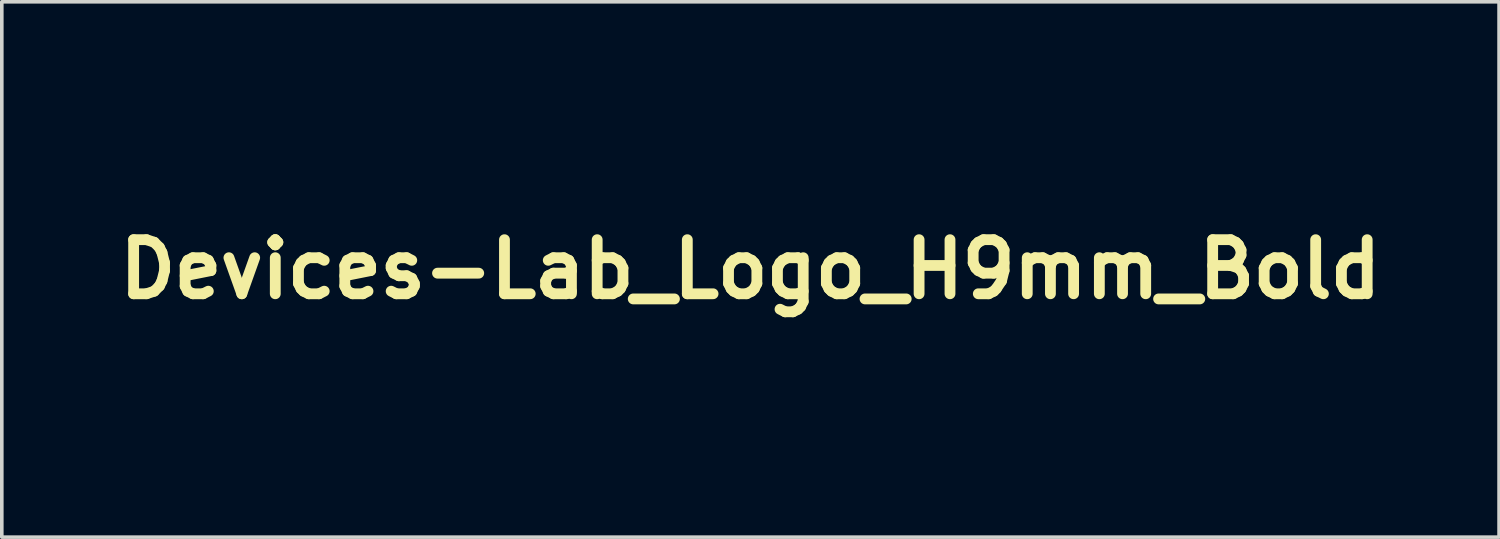
<source format=kicad_pcb>
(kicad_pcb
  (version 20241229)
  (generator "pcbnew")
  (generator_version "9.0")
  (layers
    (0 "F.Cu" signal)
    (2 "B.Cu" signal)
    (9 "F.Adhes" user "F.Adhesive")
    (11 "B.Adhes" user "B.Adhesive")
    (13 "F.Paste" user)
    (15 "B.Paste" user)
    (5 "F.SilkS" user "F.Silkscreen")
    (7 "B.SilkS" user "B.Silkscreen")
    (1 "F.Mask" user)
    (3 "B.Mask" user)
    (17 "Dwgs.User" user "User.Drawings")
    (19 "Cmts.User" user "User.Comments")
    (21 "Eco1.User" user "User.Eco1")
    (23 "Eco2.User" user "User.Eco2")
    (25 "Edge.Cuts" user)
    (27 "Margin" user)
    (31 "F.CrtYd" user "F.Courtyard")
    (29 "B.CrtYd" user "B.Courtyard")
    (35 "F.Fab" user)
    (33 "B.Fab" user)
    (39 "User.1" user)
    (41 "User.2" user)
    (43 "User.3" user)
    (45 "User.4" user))
  (footprint "Devices-Lab_Logo_H9mm_Bold"
    (layer "F.Cu")
    (at 17.764 4.42)
    (property "Reference" "Devices-Lab_Logo_H9mm_Bold" (at 0 0 0) (layer "F.SilkS") (effects (font (size 1.5 1.5) (thickness 0.3))))
    (attr board_only exclude_from_pos_files exclude_from_bom)
    (fp_poly (pts (xy -5.948 1.875) (xy -5.948 2.622) (xy -6.068 2.622) (xy -6.188 2.622) (xy -6.188 1.875) (xy -6.188 1.127) (xy -6.068 1.127) (xy -5.948 1.127)) (stroke (width 0) (type solid)) (fill yes) (layer "F.Mask"))
    (fp_poly (pts (xy -1.183 2.114) (xy -1.183 2.622) (xy -1.299 2.622) (xy -1.415 2.622) (xy -1.413 2.117) (xy -1.411 1.611) (xy -1.297 1.609) (xy -1.183 1.607)) (stroke (width 0) (type solid)) (fill yes) (layer "F.Mask"))
    (fp_poly (pts (xy -6.005 -2.022) (xy -5.965 -2.004) (xy -5.962 -2.002) (xy -5.927 -1.967) (xy -5.902 -1.921) (xy -5.887 -1.863) (xy -5.886 -1.853) (xy -5.879 -1.799) (xy -6.083 -1.799) (xy -6.286 -1.799) (xy -6.281 -1.824) (xy -6.264 -1.876) (xy -6.237 -1.926) (xy -6.203 -1.97) (xy -6.163 -2.004) (xy -6.143 -2.015) (xy -6.1 -2.028) (xy -6.052 -2.03)) (stroke (width 0) (type solid)) (fill yes) (layer "F.Mask"))
    (fp_poly (pts (xy -1.872 -2.022) (xy -1.832 -2.004) (xy -1.829 -2.002) (xy -1.794 -1.967) (xy -1.769 -1.921) (xy -1.754 -1.863) (xy -1.752 -1.853) (xy -1.746 -1.799) (xy -1.949 -1.799) (xy -2.153 -1.799) (xy -2.148 -1.824) (xy -2.131 -1.876) (xy -2.104 -1.926) (xy -2.069 -1.97) (xy -2.03 -2.004) (xy -2.01 -2.015) (xy -1.967 -2.028) (xy -1.919 -2.03)) (stroke (width 0) (type solid)) (fill yes) (layer "F.Mask"))
    (fp_poly (pts (xy -1.262 1.144) (xy -1.217 1.161) (xy -1.185 1.189) (xy -1.164 1.226) (xy -1.157 1.271) (xy -1.164 1.316) (xy -1.184 1.353) (xy -1.209 1.376) (xy -1.24 1.391) (xy -1.279 1.398) (xy -1.32 1.398) (xy -1.356 1.39) (xy -1.367 1.385) (xy -1.4 1.36) (xy -1.42 1.329) (xy -1.429 1.288) (xy -1.429 1.285) (xy -1.426 1.238) (xy -1.41 1.199) (xy -1.383 1.168) (xy -1.347 1.148) (xy -1.303 1.14)) (stroke (width 0) (type solid)) (fill yes) (layer "F.Mask"))
    (fp_poly (pts (xy 1.905 -1.646) (xy 1.909 -1.64) (xy 1.911 -1.627) (xy 1.91 -1.603) (xy 1.908 -1.579) (xy 1.898 -1.512) (xy 1.878 -1.456) (xy 1.848 -1.412) (xy 1.806 -1.377) (xy 1.779 -1.362) (xy 1.73 -1.347) (xy 1.679 -1.344) (xy 1.631 -1.353) (xy 1.618 -1.358) (xy 1.582 -1.382) (xy 1.558 -1.414) (xy 1.546 -1.451) (xy 1.544 -1.489) (xy 1.554 -1.527) (xy 1.575 -1.562) (xy 1.607 -1.59) (xy 1.632 -1.603) (xy 1.65 -1.608) (xy 1.681 -1.614) (xy 1.719 -1.622) (xy 1.762 -1.629) (xy 1.805 -1.636) (xy 1.845 -1.642) (xy 1.878 -1.646) (xy 1.898 -1.647)) (stroke (width 0) (type solid)) (fill yes) (layer "F.Mask"))
    (fp_poly (pts (xy 5.096 -1.995) (xy 5.152 -1.979) (xy 5.199 -1.951) (xy 5.237 -1.91) (xy 5.265 -1.856) (xy 5.281 -1.802) (xy 5.29 -1.733) (xy 5.291 -1.661) (xy 5.284 -1.591) (xy 5.269 -1.526) (xy 5.251 -1.482) (xy 5.219 -1.435) (xy 5.177 -1.399) (xy 5.126 -1.375) (xy 5.067 -1.364) (xy 5.003 -1.366) (xy 4.989 -1.368) (xy 4.942 -1.382) (xy 4.898 -1.404) (xy 4.864 -1.432) (xy 4.835 -1.474) (xy 4.813 -1.527) (xy 4.798 -1.589) (xy 4.791 -1.655) (xy 4.792 -1.724) (xy 4.801 -1.784) (xy 4.821 -1.852) (xy 4.85 -1.906) (xy 4.888 -1.948) (xy 4.936 -1.977) (xy 4.994 -1.993) (xy 5.03 -1.997)) (stroke (width 0) (type solid)) (fill yes) (layer "F.Mask"))
    (fp_poly (pts (xy 3.17 -1.987) (xy 3.187 -1.98) (xy 3.232 -1.951) (xy 3.268 -1.91) (xy 3.293 -1.858) (xy 3.31 -1.793) (xy 3.316 -1.731) (xy 3.315 -1.647) (xy 3.304 -1.572) (xy 3.282 -1.507) (xy 3.252 -1.454) (xy 3.213 -1.412) (xy 3.165 -1.383) (xy 3.109 -1.367) (xy 3.098 -1.365) (xy 3.067 -1.364) (xy 3.037 -1.366) (xy 3.028 -1.368) (xy 2.976 -1.388) (xy 2.93 -1.422) (xy 2.893 -1.468) (xy 2.877 -1.499) (xy 2.869 -1.519) (xy 2.863 -1.54) (xy 2.86 -1.566) (xy 2.857 -1.6) (xy 2.856 -1.644) (xy 2.855 -1.707) (xy 2.858 -1.758) (xy 2.864 -1.8) (xy 2.875 -1.837) (xy 2.887 -1.868) (xy 2.918 -1.916) (xy 2.959 -1.954) (xy 3.008 -1.981) (xy 3.061 -1.997) (xy 3.116 -1.999)) (stroke (width 0) (type solid)) (fill yes) (layer "F.Mask"))
    (fp_poly (pts (xy -7.368 -1.991) (xy -7.316 -1.97) (xy -7.271 -1.935) (xy -7.235 -1.885) (xy -7.229 -1.875) (xy -7.221 -1.86) (xy -7.215 -1.846) (xy -7.212 -1.831) (xy -7.209 -1.811) (xy -7.208 -1.784) (xy -7.208 -1.747) (xy -7.208 -1.696) (xy -7.208 -1.695) (xy -7.208 -1.644) (xy -7.208 -1.606) (xy -7.21 -1.578) (xy -7.212 -1.558) (xy -7.216 -1.541) (xy -7.222 -1.525) (xy -7.229 -1.51) (xy -7.262 -1.454) (xy -7.303 -1.411) (xy -7.351 -1.381) (xy -7.404 -1.365) (xy -7.461 -1.364) (xy -7.481 -1.367) (xy -7.534 -1.386) (xy -7.579 -1.417) (xy -7.616 -1.46) (xy -7.642 -1.515) (xy -7.659 -1.58) (xy -7.666 -1.654) (xy -7.665 -1.695) (xy -7.655 -1.774) (xy -7.636 -1.843) (xy -7.608 -1.899) (xy -7.571 -1.944) (xy -7.527 -1.976) (xy -7.474 -1.994) (xy -7.427 -1.998)) (stroke (width 0) (type solid)) (fill yes) (layer "F.Mask"))
    (fp_poly (pts (xy 7.338 -1.991) (xy 7.388 -1.968) (xy 7.433 -1.932) (xy 7.47 -1.881) (xy 7.477 -1.869) (xy 7.484 -1.855) (xy 7.489 -1.842) (xy 7.492 -1.825) (xy 7.494 -1.803) (xy 7.495 -1.772) (xy 7.495 -1.729) (xy 7.495 -1.695) (xy 7.495 -1.644) (xy 7.495 -1.606) (xy 7.493 -1.578) (xy 7.491 -1.558) (xy 7.487 -1.541) (xy 7.481 -1.526) (xy 7.474 -1.51) (xy 7.441 -1.454) (xy 7.399 -1.411) (xy 7.352 -1.381) (xy 7.298 -1.365) (xy 7.241 -1.364) (xy 7.222 -1.367) (xy 7.178 -1.381) (xy 7.142 -1.403) (xy 7.113 -1.43) (xy 7.087 -1.462) (xy 7.069 -1.494) (xy 7.055 -1.532) (xy 7.048 -1.561) (xy 7.037 -1.638) (xy 7.04 -1.721) (xy 7.047 -1.771) (xy 7.067 -1.841) (xy 7.095 -1.899) (xy 7.132 -1.944) (xy 7.178 -1.976) (xy 7.232 -1.994) (xy 7.283 -1.999)) (stroke (width 0) (type solid)) (fill yes) (layer "F.Mask"))
    (fp_poly (pts (xy -2.824 1.598) (xy -2.812 1.601) (xy -2.79 1.607) (xy -2.79 1.719) (xy -2.79 1.759) (xy -2.791 1.793) (xy -2.792 1.818) (xy -2.793 1.83) (xy -2.793 1.831) (xy -2.801 1.828) (xy -2.818 1.819) (xy -2.823 1.817) (xy -2.855 1.807) (xy -2.896 1.803) (xy -2.939 1.805) (xy -2.977 1.814) (xy -2.994 1.821) (xy -3.039 1.852) (xy -3.078 1.896) (xy -3.11 1.949) (xy -3.132 2.007) (xy -3.135 2.02) (xy -3.137 2.037) (xy -3.139 2.068) (xy -3.141 2.111) (xy -3.143 2.163) (xy -3.145 2.223) (xy -3.147 2.287) (xy -3.148 2.341) (xy -3.152 2.622) (xy -3.267 2.622) (xy -3.382 2.622) (xy -3.38 2.117) (xy -3.378 1.611) (xy -3.264 1.609) (xy -3.15 1.607) (xy -3.15 1.709) (xy -3.149 1.811) (xy -3.121 1.756) (xy -3.088 1.703) (xy -3.048 1.658) (xy -3.005 1.624) (xy -2.984 1.613) (xy -2.95 1.603) (xy -2.907 1.597) (xy -2.863 1.595)) (stroke (width 0) (type solid)) (fill yes) (layer "F.Mask"))
    (fp_poly (pts (xy -8.41 1.209) (xy -8.391 1.21) (xy -8.382 1.213) (xy -8.381 1.217) (xy -8.385 1.226) (xy -8.394 1.249) (xy -8.409 1.284) (xy -8.428 1.33) (xy -8.451 1.386) (xy -8.478 1.452) (xy -8.508 1.524) (xy -8.541 1.604) (xy -8.576 1.688) (xy -8.613 1.777) (xy -8.651 1.869) (xy -8.69 1.962) (xy -8.729 2.056) (xy -8.767 2.149) (xy -8.805 2.241) (xy -8.842 2.329) (xy -8.877 2.413) (xy -8.91 2.492) (xy -8.94 2.565) (xy -8.966 2.629) (xy -8.989 2.685) (xy -9.008 2.731) (xy -9.023 2.765) (xy -9.032 2.787) (xy -9.034 2.792) (xy -9.06 2.854) (xy -9.167 2.854) (xy -9.212 2.854) (xy -9.243 2.853) (xy -9.261 2.851) (xy -9.269 2.847) (xy -9.27 2.844) (xy -9.266 2.836) (xy -9.257 2.813) (xy -9.242 2.778) (xy -9.223 2.731) (xy -9.199 2.673) (xy -9.171 2.605) (xy -9.139 2.527) (xy -9.104 2.442) (xy -9.066 2.35) (xy -9.025 2.252) (xy -8.983 2.148) (xy -8.938 2.04) (xy -8.931 2.023) (xy -8.596 1.211) (xy -8.486 1.209) (xy -8.441 1.208)) (stroke (width 0) (type solid)) (fill yes) (layer "F.Mask"))
    (fp_poly (pts (xy 0.52 1.209) (xy 0.539 1.21) (xy 0.548 1.213) (xy 0.549 1.217) (xy 0.546 1.226) (xy 0.536 1.249) (xy 0.522 1.284) (xy 0.503 1.33) (xy 0.479 1.386) (xy 0.452 1.452) (xy 0.422 1.524) (xy 0.389 1.604) (xy 0.354 1.688) (xy 0.317 1.777) (xy 0.279 1.869) (xy 0.241 1.962) (xy 0.202 2.056) (xy 0.163 2.149) (xy 0.125 2.241) (xy 0.088 2.329) (xy 0.053 2.413) (xy 0.021 2.492) (xy -0.009 2.565) (xy -0.036 2.629) (xy -0.059 2.685) (xy -0.078 2.731) (xy -0.092 2.765) (xy -0.101 2.787) (xy -0.104 2.792) (xy -0.129 2.854) (xy -0.236 2.854) (xy -0.281 2.854) (xy -0.312 2.853) (xy -0.331 2.851) (xy -0.339 2.847) (xy -0.339 2.844) (xy -0.336 2.836) (xy -0.327 2.813) (xy -0.312 2.778) (xy -0.293 2.731) (xy -0.269 2.673) (xy -0.241 2.605) (xy -0.209 2.527) (xy -0.174 2.442) (xy -0.136 2.35) (xy -0.095 2.252) (xy -0.052 2.148) (xy -0.008 2.04) (xy -0.001 2.023) (xy 0.334 1.211) (xy 0.444 1.209) (xy 0.489 1.208)) (stroke (width 0) (type solid)) (fill yes) (layer "F.Mask"))
    (fp_poly (pts (xy -0.598 1.315) (xy -0.595 1.326) (xy -0.593 1.346) (xy -0.592 1.378) (xy -0.592 1.424) (xy -0.592 1.458) (xy -0.592 1.607) (xy -0.472 1.607) (xy -0.352 1.607) (xy -0.352 1.699) (xy -0.352 1.79) (xy -0.47 1.793) (xy -0.588 1.795) (xy -0.588 2.079) (xy -0.588 2.154) (xy -0.587 2.215) (xy -0.587 2.263) (xy -0.586 2.301) (xy -0.585 2.33) (xy -0.583 2.351) (xy -0.581 2.367) (xy -0.578 2.378) (xy -0.575 2.388) (xy -0.572 2.394) (xy -0.555 2.418) (xy -0.535 2.438) (xy -0.53 2.441) (xy -0.5 2.452) (xy -0.462 2.456) (xy -0.423 2.454) (xy -0.39 2.446) (xy -0.385 2.443) (xy -0.368 2.435) (xy -0.357 2.431) (xy -0.356 2.43) (xy -0.354 2.438) (xy -0.353 2.458) (xy -0.352 2.488) (xy -0.352 2.521) (xy -0.352 2.612) (xy -0.374 2.621) (xy -0.423 2.636) (xy -0.483 2.643) (xy -0.548 2.643) (xy -0.614 2.636) (xy -0.616 2.636) (xy -0.677 2.617) (xy -0.73 2.587) (xy -0.772 2.546) (xy -0.802 2.495) (xy -0.805 2.487) (xy -0.808 2.476) (xy -0.811 2.463) (xy -0.814 2.446) (xy -0.816 2.423) (xy -0.817 2.393) (xy -0.818 2.355) (xy -0.82 2.306) (xy -0.82 2.245) (xy -0.821 2.17) (xy -0.822 2.121) (xy -0.824 1.791) (xy -0.908 1.791) (xy -0.991 1.791) (xy -0.991 1.699) (xy -0.991 1.607) (xy -0.907 1.607) (xy -0.823 1.607) (xy -0.823 1.492) (xy -0.823 1.377) (xy -0.718 1.347) (xy -0.678 1.336) (xy -0.644 1.326) (xy -0.618 1.318) (xy -0.603 1.314) (xy -0.602 1.313)) (stroke (width 0) (type solid)) (fill yes) (layer "F.Mask"))
    (fp_poly (pts (xy -6.823 1.595) (xy -6.764 1.606) (xy -6.761 1.606) (xy -6.68 1.635) (xy -6.609 1.675) (xy -6.549 1.728) (xy -6.5 1.791) (xy -6.461 1.867) (xy -6.434 1.954) (xy -6.431 1.967) (xy -6.425 2.013) (xy -6.421 2.07) (xy -6.421 2.13) (xy -6.424 2.19) (xy -6.43 2.242) (xy -6.432 2.253) (xy -6.457 2.337) (xy -6.495 2.414) (xy -6.545 2.482) (xy -6.606 2.54) (xy -6.678 2.586) (xy -6.758 2.619) (xy -6.784 2.627) (xy -6.828 2.635) (xy -6.882 2.641) (xy -6.941 2.643) (xy -6.998 2.642) (xy -7.047 2.638) (xy -7.064 2.635) (xy -7.15 2.611) (xy -7.226 2.574) (xy -7.293 2.526) (xy -7.35 2.467) (xy -7.395 2.398) (xy -7.429 2.321) (xy -7.45 2.236) (xy -7.458 2.143) (xy -7.456 2.104) (xy -7.219 2.104) (xy -7.217 2.169) (xy -7.206 2.232) (xy -7.186 2.292) (xy -7.157 2.345) (xy -7.119 2.39) (xy -7.072 2.424) (xy -7.066 2.427) (xy -7.005 2.449) (xy -6.939 2.457) (xy -6.872 2.451) (xy -6.823 2.437) (xy -6.778 2.413) (xy -6.744 2.382) (xy -6.71 2.338) (xy -6.685 2.289) (xy -6.669 2.232) (xy -6.662 2.166) (xy -6.662 2.087) (xy -6.662 2.084) (xy -6.67 2.005) (xy -6.688 1.939) (xy -6.714 1.885) (xy -6.751 1.841) (xy -6.785 1.815) (xy -6.837 1.791) (xy -6.897 1.778) (xy -6.959 1.777) (xy -7.02 1.788) (xy -7.049 1.799) (xy -7.099 1.828) (xy -7.14 1.87) (xy -7.173 1.92) (xy -7.197 1.977) (xy -7.213 2.039) (xy -7.219 2.104) (xy -7.456 2.104) (xy -7.453 2.045) (xy -7.452 2.035) (xy -7.433 1.941) (xy -7.401 1.857) (xy -7.358 1.784) (xy -7.303 1.722) (xy -7.237 1.671) (xy -7.16 1.631) (xy -7.086 1.606) (xy -7.028 1.596) (xy -6.96 1.59) (xy -6.89 1.59)) (stroke (width 0) (type solid)) (fill yes) (layer "F.Mask"))
    (fp_poly (pts (xy -3.934 1.595) (xy -3.863 1.611) (xy -3.8 1.638) (xy -3.744 1.678) (xy -3.717 1.702) (xy -3.671 1.758) (xy -3.636 1.823) (xy -3.61 1.898) (xy -3.594 1.985) (xy -3.588 2.083) (xy -3.586 2.179) (xy -3.929 2.181) (xy -4.272 2.183) (xy -4.267 2.223) (xy -4.257 2.268) (xy -4.238 2.314) (xy -4.214 2.356) (xy -4.189 2.386) (xy -4.141 2.422) (xy -4.089 2.446) (xy -4.029 2.459) (xy -3.963 2.463) (xy -3.902 2.461) (xy -3.849 2.452) (xy -3.797 2.436) (xy -3.74 2.411) (xy -3.738 2.41) (xy -3.708 2.395) (xy -3.684 2.383) (xy -3.668 2.376) (xy -3.664 2.375) (xy -3.663 2.382) (xy -3.662 2.402) (xy -3.662 2.432) (xy -3.662 2.466) (xy -3.662 2.558) (xy -3.7 2.577) (xy -3.768 2.605) (xy -3.846 2.626) (xy -3.93 2.64) (xy -4.016 2.645) (xy -4.098 2.642) (xy -4.153 2.634) (xy -4.231 2.611) (xy -4.301 2.574) (xy -4.362 2.525) (xy -4.414 2.464) (xy -4.455 2.392) (xy -4.484 2.312) (xy -4.486 2.305) (xy -4.501 2.224) (xy -4.507 2.139) (xy -4.504 2.054) (xy -4.498 2.015) (xy -4.271 2.015) (xy -4.041 2.015) (xy -3.811 2.015) (xy -3.816 1.966) (xy -3.826 1.916) (xy -3.846 1.867) (xy -3.873 1.826) (xy -3.89 1.808) (xy -3.932 1.781) (xy -3.981 1.766) (xy -4.035 1.762) (xy -4.088 1.771) (xy -4.124 1.785) (xy -4.166 1.814) (xy -4.204 1.855) (xy -4.236 1.904) (xy -4.258 1.957) (xy -4.266 1.986) (xy -4.271 2.015) (xy -4.498 2.015) (xy -4.492 1.973) (xy -4.472 1.901) (xy -4.469 1.893) (xy -4.433 1.822) (xy -4.385 1.757) (xy -4.328 1.699) (xy -4.265 1.653) (xy -4.234 1.636) (xy -4.186 1.615) (xy -4.142 1.601) (xy -4.096 1.593) (xy -4.043 1.59) (xy -4.016 1.59)) (stroke (width 0) (type solid)) (fill yes) (layer "F.Mask"))
    (fp_poly (pts (xy 5.236 1.595) (xy 5.307 1.611) (xy 5.37 1.638) (xy 5.427 1.678) (xy 5.453 1.702) (xy 5.499 1.758) (xy 5.534 1.823) (xy 5.56 1.898) (xy 5.576 1.985) (xy 5.582 2.083) (xy 5.584 2.179) (xy 5.242 2.181) (xy 4.899 2.183) (xy 4.903 2.223) (xy 4.914 2.268) (xy 4.932 2.314) (xy 4.956 2.356) (xy 4.982 2.386) (xy 5.029 2.422) (xy 5.081 2.446) (xy 5.141 2.459) (xy 5.207 2.463) (xy 5.268 2.461) (xy 5.321 2.452) (xy 5.373 2.436) (xy 5.43 2.411) (xy 5.432 2.41) (xy 5.462 2.395) (xy 5.487 2.383) (xy 5.502 2.376) (xy 5.506 2.375) (xy 5.507 2.382) (xy 5.508 2.402) (xy 5.508 2.432) (xy 5.509 2.466) (xy 5.509 2.558) (xy 5.47 2.577) (xy 5.402 2.605) (xy 5.324 2.626) (xy 5.24 2.64) (xy 5.155 2.645) (xy 5.072 2.642) (xy 5.017 2.634) (xy 4.939 2.611) (xy 4.869 2.574) (xy 4.808 2.525) (xy 4.756 2.464) (xy 4.716 2.392) (xy 4.686 2.312) (xy 4.685 2.305) (xy 4.67 2.224) (xy 4.664 2.139) (xy 4.667 2.054) (xy 4.672 2.015) (xy 4.899 2.015) (xy 5.129 2.015) (xy 5.359 2.015) (xy 5.354 1.966) (xy 5.344 1.916) (xy 5.325 1.867) (xy 5.298 1.826) (xy 5.28 1.808) (xy 5.238 1.781) (xy 5.189 1.766) (xy 5.135 1.762) (xy 5.082 1.771) (xy 5.046 1.785) (xy 5.004 1.814) (xy 4.966 1.855) (xy 4.934 1.904) (xy 4.912 1.957) (xy 4.905 1.986) (xy 4.899 2.015) (xy 4.672 2.015) (xy 4.678 1.973) (xy 4.699 1.901) (xy 4.702 1.893) (xy 4.737 1.822) (xy 4.785 1.757) (xy 4.842 1.699) (xy 4.905 1.653) (xy 4.936 1.636) (xy 4.984 1.615) (xy 5.028 1.601) (xy 5.074 1.593) (xy 5.127 1.59) (xy 5.154 1.59)) (stroke (width 0) (type solid)) (fill yes) (layer "F.Mask"))
    (fp_poly (pts (xy 6.481 1.6) (xy 6.551 1.624) (xy 6.614 1.661) (xy 6.667 1.711) (xy 6.711 1.773) (xy 6.745 1.846) (xy 6.768 1.931) (xy 6.779 2.009) (xy 6.782 2.116) (xy 6.774 2.214) (xy 6.755 2.305) (xy 6.726 2.386) (xy 6.686 2.458) (xy 6.637 2.519) (xy 6.579 2.568) (xy 6.512 2.606) (xy 6.438 2.63) (xy 6.39 2.638) (xy 6.308 2.641) (xy 6.234 2.629) (xy 6.167 2.603) (xy 6.107 2.562) (xy 6.054 2.508) (xy 6.05 2.502) (xy 6.028 2.474) (xy 6.028 2.78) (xy 6.028 3.086) (xy 5.912 3.086) (xy 5.796 3.086) (xy 5.798 2.349) (xy 5.799 2.136) (xy 6.028 2.136) (xy 6.031 2.205) (xy 6.038 2.261) (xy 6.053 2.308) (xy 6.074 2.348) (xy 6.103 2.383) (xy 6.105 2.385) (xy 6.154 2.424) (xy 6.206 2.448) (xy 6.264 2.457) (xy 6.326 2.452) (xy 6.368 2.441) (xy 6.405 2.422) (xy 6.443 2.392) (xy 6.476 2.354) (xy 6.498 2.318) (xy 6.521 2.256) (xy 6.536 2.185) (xy 6.543 2.111) (xy 6.541 2.037) (xy 6.529 1.97) (xy 6.524 1.951) (xy 6.498 1.893) (xy 6.462 1.846) (xy 6.418 1.81) (xy 6.369 1.786) (xy 6.315 1.775) (xy 6.261 1.776) (xy 6.206 1.791) (xy 6.154 1.819) (xy 6.109 1.858) (xy 6.078 1.899) (xy 6.055 1.945) (xy 6.039 1.999) (xy 6.031 2.062) (xy 6.028 2.136) (xy 5.799 2.136) (xy 5.8 1.611) (xy 5.914 1.609) (xy 6.028 1.607) (xy 6.028 1.691) (xy 6.029 1.729) (xy 6.031 1.757) (xy 6.034 1.773) (xy 6.036 1.775) (xy 6.044 1.769) (xy 6.044 1.767) (xy 6.049 1.758) (xy 6.063 1.741) (xy 6.083 1.718) (xy 6.093 1.707) (xy 6.151 1.656) (xy 6.215 1.619) (xy 6.285 1.597) (xy 6.316 1.592) (xy 6.402 1.589)) (stroke (width 0) (type solid)) (fill yes) (layer "F.Mask"))
    (fp_poly (pts (xy -4.749 1.875) (xy -4.749 2.622) (xy -4.865 2.622) (xy -4.981 2.622) (xy -4.981 2.541) (xy -4.981 2.504) (xy -4.982 2.482) (xy -4.983 2.471) (xy -4.987 2.469) (xy -4.992 2.475) (xy -4.994 2.479) (xy -5.041 2.535) (xy -5.098 2.582) (xy -5.164 2.617) (xy -5.177 2.622) (xy -5.223 2.634) (xy -5.278 2.642) (xy -5.336 2.644) (xy -5.391 2.64) (xy -5.423 2.634) (xy -5.493 2.609) (xy -5.556 2.57) (xy -5.61 2.519) (xy -5.654 2.456) (xy -5.689 2.384) (xy -5.714 2.302) (xy -5.728 2.213) (xy -5.73 2.157) (xy -5.49 2.157) (xy -5.482 2.229) (xy -5.466 2.289) (xy -5.441 2.34) (xy -5.412 2.377) (xy -5.367 2.418) (xy -5.319 2.444) (xy -5.267 2.457) (xy -5.208 2.456) (xy -5.155 2.446) (xy -5.119 2.43) (xy -5.081 2.403) (xy -5.046 2.368) (xy -5.031 2.347) (xy -5.012 2.316) (xy -4.997 2.283) (xy -4.987 2.248) (xy -4.981 2.206) (xy -4.978 2.154) (xy -4.977 2.095) (xy -4.977 2.047) (xy -4.978 2.012) (xy -4.98 1.987) (xy -4.983 1.967) (xy -4.988 1.95) (xy -4.995 1.932) (xy -5 1.922) (xy -5.033 1.866) (xy -5.075 1.824) (xy -5.126 1.795) (xy -5.185 1.779) (xy -5.208 1.777) (xy -5.272 1.78) (xy -5.329 1.797) (xy -5.378 1.828) (xy -5.42 1.873) (xy -5.448 1.921) (xy -5.476 1.997) (xy -5.49 2.075) (xy -5.49 2.157) (xy -5.73 2.157) (xy -5.731 2.116) (xy -5.729 2.085) (xy -5.716 1.985) (xy -5.692 1.894) (xy -5.657 1.813) (xy -5.612 1.744) (xy -5.557 1.686) (xy -5.513 1.654) (xy -5.455 1.622) (xy -5.395 1.602) (xy -5.328 1.592) (xy -5.281 1.59) (xy -5.209 1.594) (xy -5.149 1.607) (xy -5.097 1.63) (xy -5.05 1.663) (xy -5.018 1.696) (xy -4.981 1.737) (xy -4.981 1.432) (xy -4.981 1.127) (xy -4.865 1.127) (xy -4.749 1.127)) (stroke (width 0) (type solid)) (fill yes) (layer "F.Mask"))
    (fp_poly (pts (xy 8.954 1.875) (xy 8.954 2.622) (xy 8.838 2.622) (xy 8.723 2.622) (xy 8.723 2.541) (xy 8.722 2.504) (xy 8.722 2.482) (xy 8.72 2.471) (xy 8.717 2.469) (xy 8.712 2.475) (xy 8.709 2.479) (xy 8.663 2.535) (xy 8.605 2.582) (xy 8.539 2.617) (xy 8.527 2.622) (xy 8.48 2.634) (xy 8.425 2.642) (xy 8.367 2.644) (xy 8.313 2.64) (xy 8.281 2.634) (xy 8.21 2.609) (xy 8.148 2.57) (xy 8.094 2.519) (xy 8.049 2.456) (xy 8.014 2.384) (xy 7.989 2.302) (xy 7.975 2.213) (xy 7.974 2.157) (xy 8.213 2.157) (xy 8.221 2.229) (xy 8.238 2.289) (xy 8.262 2.34) (xy 8.291 2.377) (xy 8.336 2.418) (xy 8.384 2.444) (xy 8.437 2.457) (xy 8.496 2.456) (xy 8.548 2.446) (xy 8.585 2.43) (xy 8.623 2.403) (xy 8.657 2.368) (xy 8.673 2.347) (xy 8.692 2.316) (xy 8.706 2.283) (xy 8.716 2.248) (xy 8.722 2.206) (xy 8.725 2.154) (xy 8.726 2.095) (xy 8.726 2.047) (xy 8.725 2.012) (xy 8.724 1.987) (xy 8.721 1.967) (xy 8.716 1.95) (xy 8.708 1.932) (xy 8.704 1.922) (xy 8.671 1.866) (xy 8.628 1.824) (xy 8.578 1.795) (xy 8.518 1.779) (xy 8.496 1.777) (xy 8.432 1.78) (xy 8.375 1.797) (xy 8.325 1.828) (xy 8.284 1.873) (xy 8.256 1.921) (xy 8.228 1.997) (xy 8.214 2.075) (xy 8.213 2.157) (xy 7.974 2.157) (xy 7.973 2.116) (xy 7.974 2.085) (xy 7.987 1.985) (xy 8.011 1.894) (xy 8.046 1.813) (xy 8.091 1.744) (xy 8.147 1.686) (xy 8.19 1.654) (xy 8.248 1.622) (xy 8.308 1.602) (xy 8.376 1.592) (xy 8.423 1.59) (xy 8.494 1.594) (xy 8.554 1.607) (xy 8.606 1.63) (xy 8.653 1.663) (xy 8.686 1.696) (xy 8.723 1.737) (xy 8.723 1.432) (xy 8.723 1.127) (xy 8.838 1.127) (xy 8.954 1.127)) (stroke (width 0) (type solid)) (fill yes) (layer "F.Mask"))
    (fp_poly (pts (xy -2.398 1.451) (xy -2.398 1.541) (xy -2.398 1.617) (xy -2.397 1.678) (xy -2.395 1.725) (xy -2.394 1.757) (xy -2.392 1.773) (xy -2.39 1.775) (xy -2.383 1.769) (xy -2.382 1.767) (xy -2.377 1.758) (xy -2.364 1.741) (xy -2.344 1.718) (xy -2.334 1.707) (xy -2.275 1.656) (xy -2.21 1.619) (xy -2.138 1.597) (xy -2.059 1.588) (xy -1.995 1.592) (xy -1.919 1.607) (xy -1.853 1.635) (xy -1.795 1.676) (xy -1.746 1.731) (xy -1.704 1.799) (xy -1.702 1.803) (xy -1.679 1.858) (xy -1.662 1.913) (xy -1.651 1.974) (xy -1.646 2.044) (xy -1.646 2.091) (xy -1.65 2.191) (xy -1.665 2.281) (xy -1.689 2.361) (xy -1.724 2.433) (xy -1.74 2.46) (xy -1.772 2.501) (xy -1.811 2.541) (xy -1.853 2.576) (xy -1.894 2.601) (xy -1.9 2.604) (xy -1.965 2.627) (xy -2.035 2.641) (xy -2.106 2.645) (xy -2.173 2.638) (xy -2.187 2.635) (xy -2.25 2.612) (xy -2.31 2.574) (xy -2.355 2.531) (xy -2.398 2.484) (xy -2.398 2.553) (xy -2.398 2.622) (xy -2.514 2.622) (xy -2.63 2.622) (xy -2.63 2.136) (xy -2.398 2.136) (xy -2.396 2.205) (xy -2.388 2.261) (xy -2.374 2.308) (xy -2.353 2.348) (xy -2.324 2.383) (xy -2.321 2.385) (xy -2.273 2.424) (xy -2.22 2.448) (xy -2.163 2.457) (xy -2.101 2.452) (xy -2.059 2.441) (xy -2.021 2.422) (xy -1.984 2.392) (xy -1.951 2.354) (xy -1.929 2.318) (xy -1.906 2.256) (xy -1.891 2.185) (xy -1.884 2.111) (xy -1.886 2.037) (xy -1.897 1.97) (xy -1.903 1.951) (xy -1.929 1.893) (xy -1.965 1.846) (xy -2.008 1.81) (xy -2.058 1.786) (xy -2.111 1.775) (xy -2.166 1.776) (xy -2.221 1.791) (xy -2.273 1.819) (xy -2.317 1.858) (xy -2.349 1.899) (xy -2.372 1.945) (xy -2.387 1.999) (xy -2.396 2.062) (xy -2.398 2.136) (xy -2.63 2.136) (xy -2.63 1.875) (xy -2.63 1.127) (xy -2.514 1.127) (xy -2.398 1.127)) (stroke (width 0) (type solid)) (fill yes) (layer "F.Mask"))
    (fp_poly (pts (xy -7.858 1.591) (xy -7.789 1.597) (xy -7.725 1.607) (xy -7.673 1.622) (xy -7.651 1.631) (xy -7.651 1.731) (xy -7.651 1.769) (xy -7.652 1.8) (xy -7.653 1.822) (xy -7.655 1.831) (xy -7.655 1.831) (xy -7.663 1.827) (xy -7.682 1.819) (xy -7.707 1.806) (xy -7.707 1.806) (xy -7.754 1.787) (xy -7.809 1.773) (xy -7.865 1.764) (xy -7.916 1.762) (xy -7.931 1.763) (xy -7.973 1.771) (xy -8.012 1.786) (xy -8.045 1.805) (xy -8.067 1.827) (xy -8.069 1.83) (xy -8.082 1.866) (xy -8.081 1.904) (xy -8.065 1.938) (xy -8.059 1.946) (xy -8.048 1.957) (xy -8.035 1.967) (xy -8.018 1.977) (xy -7.994 1.989) (xy -7.961 2.003) (xy -7.917 2.021) (xy -7.871 2.039) (xy -7.791 2.074) (xy -7.727 2.111) (xy -7.676 2.152) (xy -7.64 2.196) (xy -7.619 2.238) (xy -7.608 2.279) (xy -7.604 2.327) (xy -7.605 2.377) (xy -7.612 2.422) (xy -7.625 2.459) (xy -7.625 2.459) (xy -7.659 2.508) (xy -7.705 2.552) (xy -7.761 2.588) (xy -7.811 2.611) (xy -7.875 2.628) (xy -7.948 2.64) (xy -8.026 2.644) (xy -8.104 2.642) (xy -8.172 2.634) (xy -8.209 2.626) (xy -8.248 2.616) (xy -8.278 2.606) (xy -8.323 2.589) (xy -8.323 2.487) (xy -8.322 2.448) (xy -8.321 2.415) (xy -8.32 2.392) (xy -8.318 2.38) (xy -8.318 2.38) (xy -8.308 2.381) (xy -8.293 2.389) (xy -8.292 2.39) (xy -8.221 2.43) (xy -8.143 2.456) (xy -8.059 2.468) (xy -8.006 2.468) (xy -7.945 2.461) (xy -7.897 2.447) (xy -7.863 2.425) (xy -7.843 2.396) (xy -7.835 2.358) (xy -7.835 2.353) (xy -7.839 2.322) (xy -7.853 2.294) (xy -7.877 2.269) (xy -7.914 2.245) (xy -7.964 2.222) (xy -8.003 2.207) (xy -8.085 2.174) (xy -8.152 2.142) (xy -8.206 2.109) (xy -8.247 2.074) (xy -8.278 2.036) (xy -8.298 1.994) (xy -8.31 1.946) (xy -8.313 1.91) (xy -8.313 1.854) (xy -8.306 1.809) (xy -8.29 1.771) (xy -8.265 1.734) (xy -8.244 1.711) (xy -8.198 1.671) (xy -8.147 1.64) (xy -8.088 1.616) (xy -8.052 1.606) (xy -7.995 1.595) (xy -7.928 1.591)) (stroke (width 0) (type solid)) (fill yes) (layer "F.Mask"))
    (fp_poly (pts (xy 4.179 1.592) (xy 4.247 1.606) (xy 4.306 1.634) (xy 4.355 1.674) (xy 4.395 1.727) (xy 4.425 1.792) (xy 4.441 1.852) (xy 4.444 1.869) (xy 4.447 1.892) (xy 4.449 1.921) (xy 4.45 1.958) (xy 4.451 2.004) (xy 4.452 2.062) (xy 4.453 2.132) (xy 4.453 2.215) (xy 4.453 2.265) (xy 4.453 2.622) (xy 4.338 2.622) (xy 4.222 2.622) (xy 4.22 2.281) (xy 4.219 2.198) (xy 4.218 2.129) (xy 4.218 2.073) (xy 4.217 2.029) (xy 4.216 1.994) (xy 4.214 1.967) (xy 4.212 1.946) (xy 4.21 1.93) (xy 4.207 1.917) (xy 4.203 1.905) (xy 4.199 1.893) (xy 4.198 1.891) (xy 4.172 1.842) (xy 4.138 1.806) (xy 4.095 1.784) (xy 4.043 1.775) (xy 4.029 1.775) (xy 3.983 1.783) (xy 3.939 1.804) (xy 3.901 1.839) (xy 3.868 1.884) (xy 3.842 1.939) (xy 3.825 2.001) (xy 3.822 2.023) (xy 3.82 2.046) (xy 3.818 2.082) (xy 3.817 2.129) (xy 3.815 2.185) (xy 3.815 2.247) (xy 3.814 2.313) (xy 3.814 2.353) (xy 3.814 2.622) (xy 3.698 2.622) (xy 3.583 2.622) (xy 3.58 2.281) (xy 3.579 2.196) (xy 3.578 2.126) (xy 3.577 2.069) (xy 3.576 2.023) (xy 3.575 1.987) (xy 3.573 1.96) (xy 3.571 1.939) (xy 3.569 1.923) (xy 3.566 1.911) (xy 3.563 1.902) (xy 3.537 1.852) (xy 3.501 1.814) (xy 3.458 1.788) (xy 3.408 1.776) (xy 3.392 1.775) (xy 3.339 1.782) (xy 3.293 1.804) (xy 3.253 1.841) (xy 3.23 1.872) (xy 3.218 1.892) (xy 3.208 1.911) (xy 3.2 1.931) (xy 3.194 1.953) (xy 3.189 1.98) (xy 3.185 2.012) (xy 3.182 2.052) (xy 3.18 2.101) (xy 3.178 2.161) (xy 3.177 2.234) (xy 3.176 2.313) (xy 3.172 2.622) (xy 3.057 2.622) (xy 2.942 2.622) (xy 2.944 2.117) (xy 2.946 1.611) (xy 3.06 1.609) (xy 3.174 1.607) (xy 3.174 1.683) (xy 3.175 1.719) (xy 3.177 1.744) (xy 3.18 1.758) (xy 3.182 1.759) (xy 3.19 1.754) (xy 3.19 1.752) (xy 3.196 1.741) (xy 3.21 1.722) (xy 3.23 1.7) (xy 3.253 1.677) (xy 3.276 1.658) (xy 3.289 1.647) (xy 3.34 1.62) (xy 3.4 1.601) (xy 3.464 1.59) (xy 3.528 1.589) (xy 3.575 1.595) (xy 3.627 1.614) (xy 3.677 1.644) (xy 3.723 1.685) (xy 3.759 1.731) (xy 3.768 1.747) (xy 3.787 1.785) (xy 3.812 1.75) (xy 3.862 1.69) (xy 3.921 1.643) (xy 3.986 1.611) (xy 4.06 1.593) (xy 4.14 1.589)) (stroke (width 0) (type solid)) (fill yes) (layer "F.Mask"))
    (fp_poly (pts (xy 2.338 1.592) (xy 2.385 1.596) (xy 2.402 1.599) (xy 2.467 1.619) (xy 2.526 1.649) (xy 2.576 1.688) (xy 2.613 1.734) (xy 2.622 1.75) (xy 2.631 1.769) (xy 2.639 1.787) (xy 2.646 1.806) (xy 2.651 1.827) (xy 2.656 1.852) (xy 2.659 1.882) (xy 2.662 1.919) (xy 2.664 1.965) (xy 2.665 2.02) (xy 2.666 2.087) (xy 2.667 2.167) (xy 2.668 2.249) (xy 2.672 2.622) (xy 2.555 2.622) (xy 2.439 2.622) (xy 2.437 2.55) (xy 2.434 2.478) (xy 2.405 2.517) (xy 2.36 2.564) (xy 2.305 2.603) (xy 2.259 2.625) (xy 2.22 2.635) (xy 2.172 2.641) (xy 2.12 2.644) (xy 2.07 2.641) (xy 2.039 2.636) (xy 1.972 2.613) (xy 1.917 2.579) (xy 1.873 2.534) (xy 1.841 2.48) (xy 1.822 2.417) (xy 1.816 2.345) (xy 1.817 2.319) (xy 1.82 2.303) (xy 2.039 2.303) (xy 2.041 2.347) (xy 2.055 2.386) (xy 2.08 2.419) (xy 2.113 2.444) (xy 2.155 2.46) (xy 2.201 2.466) (xy 2.252 2.461) (xy 2.305 2.443) (xy 2.308 2.441) (xy 2.357 2.41) (xy 2.395 2.367) (xy 2.421 2.314) (xy 2.435 2.25) (xy 2.438 2.198) (xy 2.438 2.164) (xy 2.437 2.143) (xy 2.435 2.133) (xy 2.43 2.129) (xy 2.421 2.13) (xy 2.42 2.13) (xy 2.406 2.133) (xy 2.38 2.137) (xy 2.344 2.142) (xy 2.303 2.148) (xy 2.291 2.15) (xy 2.223 2.161) (xy 2.17 2.172) (xy 2.128 2.185) (xy 2.097 2.199) (xy 2.075 2.217) (xy 2.059 2.239) (xy 2.052 2.255) (xy 2.039 2.303) (xy 1.82 2.303) (xy 1.828 2.249) (xy 1.851 2.188) (xy 1.885 2.136) (xy 1.933 2.094) (xy 1.994 2.058) (xy 2.046 2.037) (xy 2.064 2.033) (xy 2.094 2.027) (xy 2.133 2.019) (xy 2.18 2.011) (xy 2.23 2.003) (xy 2.281 1.995) (xy 2.329 1.987) (xy 2.371 1.981) (xy 2.405 1.977) (xy 2.428 1.975) (xy 2.432 1.975) (xy 2.437 1.968) (xy 2.438 1.949) (xy 2.436 1.923) (xy 2.43 1.893) (xy 2.427 1.882) (xy 2.406 1.837) (xy 2.373 1.802) (xy 2.329 1.779) (xy 2.274 1.767) (xy 2.235 1.765) (xy 2.153 1.772) (xy 2.074 1.793) (xy 2 1.826) (xy 1.948 1.862) (xy 1.929 1.876) (xy 1.917 1.885) (xy 1.914 1.887) (xy 1.913 1.879) (xy 1.912 1.859) (xy 1.911 1.828) (xy 1.911 1.791) (xy 1.911 1.784) (xy 1.911 1.681) (xy 1.973 1.653) (xy 2.008 1.637) (xy 2.035 1.626) (xy 2.056 1.618) (xy 2.079 1.612) (xy 2.107 1.606) (xy 2.127 1.602) (xy 2.173 1.596) (xy 2.227 1.592) (xy 2.284 1.59)) (stroke (width 0) (type solid)) (fill yes) (layer "F.Mask"))
    (fp_poly (pts (xy 7.439 1.592) (xy 7.485 1.596) (xy 7.502 1.599) (xy 7.568 1.619) (xy 7.627 1.649) (xy 7.676 1.688) (xy 7.714 1.734) (xy 7.723 1.75) (xy 7.732 1.769) (xy 7.74 1.787) (xy 7.747 1.806) (xy 7.752 1.827) (xy 7.756 1.852) (xy 7.76 1.882) (xy 7.762 1.919) (xy 7.764 1.965) (xy 7.766 2.02) (xy 7.767 2.087) (xy 7.768 2.167) (xy 7.769 2.249) (xy 7.773 2.622) (xy 7.656 2.622) (xy 7.54 2.622) (xy 7.538 2.55) (xy 7.535 2.478) (xy 7.506 2.517) (xy 7.461 2.564) (xy 7.405 2.603) (xy 7.36 2.625) (xy 7.321 2.635) (xy 7.272 2.641) (xy 7.22 2.644) (xy 7.171 2.641) (xy 7.14 2.636) (xy 7.073 2.613) (xy 7.018 2.579) (xy 6.974 2.534) (xy 6.942 2.48) (xy 6.923 2.417) (xy 6.917 2.345) (xy 6.918 2.319) (xy 6.92 2.303) (xy 7.14 2.303) (xy 7.142 2.347) (xy 7.156 2.386) (xy 7.18 2.419) (xy 7.214 2.444) (xy 7.255 2.46) (xy 7.302 2.466) (xy 7.353 2.461) (xy 7.406 2.443) (xy 7.409 2.441) (xy 7.458 2.41) (xy 7.495 2.367) (xy 7.522 2.314) (xy 7.536 2.25) (xy 7.539 2.198) (xy 7.539 2.164) (xy 7.538 2.143) (xy 7.535 2.133) (xy 7.53 2.129) (xy 7.522 2.13) (xy 7.521 2.13) (xy 7.507 2.133) (xy 7.48 2.137) (xy 7.445 2.142) (xy 7.404 2.148) (xy 7.391 2.15) (xy 7.324 2.161) (xy 7.27 2.172) (xy 7.229 2.185) (xy 7.198 2.199) (xy 7.176 2.217) (xy 7.16 2.239) (xy 7.152 2.255) (xy 7.14 2.303) (xy 6.92 2.303) (xy 6.929 2.249) (xy 6.951 2.188) (xy 6.986 2.136) (xy 7.034 2.094) (xy 7.095 2.058) (xy 7.147 2.037) (xy 7.164 2.033) (xy 7.194 2.027) (xy 7.234 2.019) (xy 7.281 2.011) (xy 7.331 2.003) (xy 7.381 1.995) (xy 7.43 1.987) (xy 7.472 1.981) (xy 7.506 1.977) (xy 7.528 1.975) (xy 7.532 1.975) (xy 7.538 1.968) (xy 7.539 1.949) (xy 7.537 1.923) (xy 7.53 1.893) (xy 7.527 1.882) (xy 7.507 1.837) (xy 7.474 1.802) (xy 7.43 1.779) (xy 7.374 1.767) (xy 7.335 1.765) (xy 7.254 1.772) (xy 7.174 1.793) (xy 7.101 1.826) (xy 7.048 1.862) (xy 7.03 1.876) (xy 7.017 1.885) (xy 7.014 1.887) (xy 7.013 1.879) (xy 7.012 1.859) (xy 7.012 1.828) (xy 7.012 1.791) (xy 7.012 1.784) (xy 7.012 1.681) (xy 7.074 1.653) (xy 7.109 1.637) (xy 7.135 1.626) (xy 7.157 1.618) (xy 7.18 1.612) (xy 7.208 1.606) (xy 7.227 1.602) (xy 7.274 1.596) (xy 7.328 1.592) (xy 7.385 1.59)) (stroke (width 0) (type solid)) (fill yes) (layer "F.Mask"))
    (fp_poly (pts (xy 1.122 1.593) (xy 1.163 1.598) (xy 1.177 1.602) (xy 1.241 1.629) (xy 1.298 1.671) (xy 1.322 1.695) (xy 1.358 1.736) (xy 1.361 1.673) (xy 1.363 1.611) (xy 1.479 1.611) (xy 1.595 1.611) (xy 1.597 2.059) (xy 1.598 2.178) (xy 1.598 2.282) (xy 1.597 2.373) (xy 1.596 2.451) (xy 1.594 2.518) (xy 1.592 2.575) (xy 1.589 2.623) (xy 1.585 2.664) (xy 1.581 2.698) (xy 1.576 2.727) (xy 1.571 2.746) (xy 1.542 2.829) (xy 1.501 2.901) (xy 1.448 2.962) (xy 1.384 3.012) (xy 1.308 3.051) (xy 1.239 3.074) (xy 1.203 3.081) (xy 1.155 3.086) (xy 1.099 3.09) (xy 1.039 3.091) (xy 0.98 3.091) (xy 0.925 3.089) (xy 0.88 3.085) (xy 0.862 3.082) (xy 0.822 3.073) (xy 0.779 3.062) (xy 0.746 3.052) (xy 0.692 3.033) (xy 0.689 2.927) (xy 0.689 2.889) (xy 0.69 2.856) (xy 0.691 2.833) (xy 0.694 2.823) (xy 0.694 2.822) (xy 0.704 2.825) (xy 0.725 2.834) (xy 0.752 2.846) (xy 0.762 2.85) (xy 0.842 2.881) (xy 0.922 2.901) (xy 1.001 2.909) (xy 1.075 2.907) (xy 1.145 2.893) (xy 1.206 2.868) (xy 1.258 2.833) (xy 1.27 2.822) (xy 1.303 2.782) (xy 1.328 2.739) (xy 1.345 2.69) (xy 1.355 2.631) (xy 1.359 2.56) (xy 1.359 2.544) (xy 1.359 2.507) (xy 1.358 2.483) (xy 1.357 2.471) (xy 1.354 2.469) (xy 1.349 2.474) (xy 1.346 2.479) (xy 1.298 2.537) (xy 1.239 2.583) (xy 1.172 2.618) (xy 1.097 2.638) (xy 1.055 2.644) (xy 0.974 2.643) (xy 0.899 2.628) (xy 0.832 2.6) (xy 0.772 2.56) (xy 0.721 2.508) (xy 0.678 2.445) (xy 0.646 2.372) (xy 0.623 2.291) (xy 0.611 2.201) (xy 0.611 2.127) (xy 0.848 2.127) (xy 0.853 2.197) (xy 0.867 2.263) (xy 0.89 2.324) (xy 0.891 2.325) (xy 0.91 2.355) (xy 0.937 2.387) (xy 0.967 2.414) (xy 0.995 2.434) (xy 1.005 2.439) (xy 1.06 2.453) (xy 1.12 2.455) (xy 1.179 2.445) (xy 1.22 2.429) (xy 1.269 2.396) (xy 1.307 2.351) (xy 1.336 2.293) (xy 1.356 2.222) (xy 1.365 2.14) (xy 1.365 2.053) (xy 1.359 1.991) (xy 1.347 1.941) (xy 1.328 1.898) (xy 1.301 1.86) (xy 1.293 1.85) (xy 1.249 1.813) (xy 1.198 1.788) (xy 1.143 1.777) (xy 1.086 1.777) (xy 1.029 1.791) (xy 0.977 1.817) (xy 0.953 1.835) (xy 0.916 1.877) (xy 0.887 1.929) (xy 0.866 1.99) (xy 0.853 2.057) (xy 0.848 2.127) (xy 0.611 2.127) (xy 0.61 2.103) (xy 0.615 2.046) (xy 0.633 1.948) (xy 0.661 1.861) (xy 0.699 1.784) (xy 0.748 1.72) (xy 0.807 1.667) (xy 0.875 1.627) (xy 0.937 1.603) (xy 0.975 1.596) (xy 1.023 1.591) (xy 1.073 1.59)) (stroke (width 0) (type solid)) (fill yes) (layer "F.Mask"))
    (fp_poly (pts (xy -5.214 -4.42) (xy -4.919 -4.42) (xy -4.612 -4.42) (xy -4.292 -4.42) (xy -3.958 -4.42) (xy -3.611 -4.42) (xy -3.251 -4.42) (xy -2.876 -4.419) (xy -2.488 -4.419) (xy -2.085 -4.419) (xy -1.667 -4.419) (xy -1.234 -4.419) (xy -0.786 -4.419) (xy -0.322 -4.419) (xy 0.06 -4.419) (xy 0.536 -4.419) (xy 0.997 -4.418) (xy 1.442 -4.418) (xy 1.872 -4.418) (xy 2.287 -4.418) (xy 2.687 -4.418) (xy 3.073 -4.418) (xy 3.445 -4.418) (xy 3.802 -4.418) (xy 4.146 -4.417) (xy 4.477 -4.417) (xy 4.795 -4.417) (xy 5.1 -4.417) (xy 5.392 -4.417) (xy 5.672 -4.417) (xy 5.94 -4.417) (xy 6.196 -4.416) (xy 6.44 -4.416) (xy 6.673 -4.416) (xy 6.896 -4.416) (xy 7.107 -4.416) (xy 7.308 -4.416) (xy 7.499 -4.415) (xy 7.679 -4.415) (xy 7.851 -4.415) (xy 8.012 -4.415) (xy 8.165 -4.414) (xy 8.308 -4.414) (xy 8.443 -4.414) (xy 8.569 -4.414) (xy 8.687 -4.413) (xy 8.798 -4.413) (xy 8.901 -4.413) (xy 8.996 -4.413) (xy 9.084 -4.412) (xy 9.166 -4.412) (xy 9.241 -4.412) (xy 9.309 -4.411) (xy 9.372 -4.411) (xy 9.429 -4.411) (xy 9.48 -4.41) (xy 9.526 -4.41) (xy 9.567 -4.409) (xy 9.603 -4.409) (xy 9.635 -4.408) (xy 9.663 -4.408) (xy 9.686 -4.407) (xy 9.706 -4.407) (xy 9.723 -4.406) (xy 9.736 -4.406) (xy 9.746 -4.405) (xy 9.754 -4.405) (xy 9.76 -4.404) (xy 9.762 -4.404) (xy 9.903 -4.369) (xy 10.033 -4.326) (xy 10.152 -4.273) (xy 10.263 -4.209) (xy 10.366 -4.133) (xy 10.466 -4.045) (xy 10.489 -4.021) (xy 10.584 -3.914) (xy 10.666 -3.797) (xy 10.735 -3.673) (xy 10.79 -3.541) (xy 10.825 -3.426) (xy 10.828 -3.413) (xy 10.831 -3.4) (xy 10.834 -3.389) (xy 10.837 -3.377) (xy 10.84 -3.366) (xy 10.842 -3.353) (xy 10.844 -3.339) (xy 10.847 -3.324) (xy 10.849 -3.306) (xy 10.85 -3.286) (xy 10.852 -3.262) (xy 10.854 -3.235) (xy 10.855 -3.203) (xy 10.856 -3.167) (xy 10.858 -3.126) (xy 10.859 -3.08) (xy 10.86 -3.027) (xy 10.86 -2.968) (xy 10.861 -2.902) (xy 10.862 -2.829) (xy 10.862 -2.747) (xy 10.863 -2.658) (xy 10.863 -2.559) (xy 10.864 -2.451) (xy 10.864 -2.334) (xy 10.864 -2.206) (xy 10.864 -2.067) (xy 10.864 -1.918) (xy 10.864 -1.756) (xy 10.864 -1.583) (xy 10.864 -1.396) (xy 10.864 -1.197) (xy 10.864 -0.984) (xy 10.863 -0.757) (xy 10.863 -0.516) (xy 10.863 -0.259) (xy 10.863 0.013) (xy 10.863 0.048) (xy 10.862 0.319) (xy 10.862 0.575) (xy 10.862 0.816) (xy 10.862 1.042) (xy 10.862 1.254) (xy 10.861 1.452) (xy 10.861 1.638) (xy 10.861 1.81) (xy 10.861 1.971) (xy 10.861 2.12) (xy 10.86 2.257) (xy 10.86 2.384) (xy 10.86 2.5) (xy 10.859 2.607) (xy 10.859 2.704) (xy 10.858 2.793) (xy 10.857 2.873) (xy 10.857 2.945) (xy 10.856 3.01) (xy 10.855 3.067) (xy 10.854 3.119) (xy 10.853 3.164) (xy 10.852 3.203) (xy 10.851 3.238) (xy 10.849 3.268) (xy 10.848 3.294) (xy 10.846 3.316) (xy 10.844 3.335) (xy 10.842 3.352) (xy 10.84 3.366) (xy 10.838 3.379) (xy 10.835 3.39) (xy 10.833 3.4) (xy 10.83 3.41) (xy 10.827 3.42) (xy 10.824 3.431) (xy 10.82 3.443) (xy 10.819 3.45) (xy 10.775 3.584) (xy 10.718 3.713) (xy 10.647 3.834) (xy 10.563 3.947) (xy 10.468 4.051) (xy 10.362 4.145) (xy 10.247 4.227) (xy 10.154 4.28) (xy 10.048 4.33) (xy 9.941 4.369) (xy 9.829 4.397) (xy 9.711 4.417) (xy 9.706 4.417) (xy 9.698 4.418) (xy 9.687 4.419) (xy 9.674 4.419) (xy 9.658 4.42) (xy 9.639 4.42) (xy 9.616 4.421) (xy 9.59 4.421) (xy 9.559 4.422) (xy 9.525 4.422) (xy 9.485 4.423) (xy 9.441 4.423) (xy 9.392 4.423) (xy 9.338 4.424) (xy 9.277 4.424) (xy 9.211 4.424) (xy 9.139 4.425) (xy 9.061 4.425) (xy 8.976 4.425) (xy 8.884 4.426) (xy 8.785 4.426) (xy 8.678 4.426) (xy 8.564 4.426) (xy 8.441 4.426) (xy 8.311 4.427) (xy 8.172 4.427) (xy 8.024 4.427) (xy 7.867 4.427) (xy 7.701 4.427) (xy 7.525 4.428) (xy 7.34 4.428) (xy 7.145 4.428) (xy 6.939 4.428) (xy 6.722 4.428) (xy 6.495 4.428) (xy 6.257 4.428) (xy 6.007 4.428) (xy 5.746 4.428) (xy 5.472 4.428) (xy 5.187 4.428) (xy 4.889 4.428) (xy 4.578 4.428) (xy 4.254 4.428) (xy 3.918 4.428) (xy 3.567 4.428) (xy 3.203 4.428) (xy 2.825 4.428) (xy 2.433 4.428) (xy 2.026 4.428) (xy 1.604 4.428) (xy 1.167 4.428) (xy 0.715 4.428) (xy 0.247 4.428) (xy 0.01 4.428) (xy -0.382 4.428) (xy -0.77 4.428) (xy -1.154 4.428) (xy -1.534 4.428) (xy -1.908 4.428) (xy -2.278 4.428) (xy -2.642 4.428) (xy -3.001 4.428) (xy -3.353 4.428) (xy -3.699 4.427) (xy -4.039 4.427) (xy -4.372 4.427) (xy -4.697 4.427) (xy -5.015 4.427) (xy -5.325 4.427) (xy -5.627 4.427) (xy -5.92 4.427) (xy -6.205 4.427) (xy -6.481 4.427) (xy -6.747 4.427) (xy -7.003 4.426) (xy -7.249 4.426) (xy -7.485 4.426) (xy -7.711 4.426) (xy -7.925 4.426) (xy -8.128 4.426) (xy -8.32 4.426) (xy -8.5 4.426) (xy -8.667 4.426) (xy -8.822 4.425) (xy -8.965 4.425) (xy -9.094 4.425) (xy -9.209 4.425) (xy -9.311 4.425) (xy -9.399 4.425) (xy -9.473 4.425) (xy -9.532 4.425) (xy -9.576 4.424) (xy -9.604 4.424) (xy -9.617 4.424) (xy -9.618 4.424) (xy -9.635 4.422) (xy -9.663 4.418) (xy -9.696 4.414) (xy -9.706 4.412) (xy -9.841 4.387) (xy -9.972 4.346) (xy -10.098 4.292) (xy -10.217 4.224) (xy -10.328 4.145) (xy -10.431 4.055) (xy -10.525 3.955) (xy -10.608 3.845) (xy -10.679 3.727) (xy -10.738 3.602) (xy -10.783 3.47) (xy -10.793 3.434) (xy -10.796 3.421) (xy -10.799 3.408) (xy -10.802 3.397) (xy -10.805 3.385) (xy -10.808 3.374) (xy -10.81 3.361) (xy -10.812 3.347) (xy -10.815 3.332) (xy -10.817 3.314) (xy -10.818 3.294) (xy -10.82 3.27) (xy -10.822 3.243) (xy -10.823 3.211) (xy -10.824 3.175) (xy -10.826 3.134) (xy -10.827 3.088) (xy -10.828 3.035) (xy -10.828 2.976) (xy -10.829 2.91) (xy -10.83 2.837) (xy -10.83 2.755) (xy -10.831 2.666) (xy -10.831 2.567) (xy -10.832 2.459) (xy -10.832 2.342) (xy -10.832 2.214) (xy -10.832 2.075) (xy -10.832 1.926) (xy -10.832 1.764) (xy -10.832 1.591) (xy -10.832 1.404) (xy -10.832 1.205) (xy -10.832 0.992) (xy -10.831 0.765) (xy -10.831 0.524) (xy -10.831 0.267) (xy -10.831 0.002) (xy -10.553 0.002) (xy -10.553 0.274) (xy -10.553 0.531) (xy -10.553 0.774) (xy -10.553 1.001) (xy -10.553 1.214) (xy -10.553 1.414) (xy -10.553 1.6) (xy -10.553 1.774) (xy -10.553 1.935) (xy -10.552 2.084) (xy -10.552 2.222) (xy -10.552 2.349) (xy -10.552 2.465) (xy -10.551 2.571) (xy -10.551 2.668) (xy -10.551 2.755) (xy -10.55 2.834) (xy -10.55 2.904) (xy -10.549 2.967) (xy -10.549 3.022) (xy -10.548 3.07) (xy -10.548 3.112) (xy -10.547 3.148) (xy -10.546 3.178) (xy -10.546 3.203) (xy -10.545 3.224) (xy -10.544 3.24) (xy -10.543 3.253) (xy -10.542 3.262) (xy -10.542 3.266) (xy -10.513 3.393) (xy -10.471 3.514) (xy -10.415 3.628) (xy -10.347 3.734) (xy -10.267 3.83) (xy -10.175 3.915) (xy -10.167 3.922) (xy -10.065 3.995) (xy -9.957 4.053) (xy -9.843 4.098) (xy -9.72 4.13) (xy -9.682 4.137) (xy -9.676 4.138) (xy -9.666 4.138) (xy -9.65 4.139) (xy -9.629 4.139) (xy -9.602 4.14) (xy -9.569 4.14) (xy -9.529 4.141) (xy -9.483 4.141) (xy -9.431 4.142) (xy -9.372 4.142) (xy -9.305 4.142) (xy -9.231 4.143) (xy -9.15 4.143) (xy -9.06 4.143) (xy -8.963 4.144) (xy -8.857 4.144) (xy -8.742 4.144) (xy -8.619 4.145) (xy -8.487 4.145) (xy -8.345 4.145) (xy -8.194 4.145) (xy -8.033 4.146) (xy -7.862 4.146) (xy -7.681 4.146) (xy -7.489 4.146) (xy -7.287 4.146) (xy -7.073 4.147) (xy -6.849 4.147) (xy -6.613 4.147) (xy -6.365 4.147) (xy -6.106 4.147) (xy -5.834 4.147) (xy -5.55 4.147) (xy -5.253 4.148) (xy -4.944 4.148) (xy -4.621 4.148) (xy -4.286 4.148) (xy -3.936 4.148) (xy -3.573 4.148) (xy -3.196 4.148) (xy -2.804 4.148) (xy -2.398 4.148) (xy -1.977 4.148) (xy -1.542 4.148) (xy -1.091 4.148) (xy -0.625 4.148) (xy -0.142 4.149) (xy 0.004 4.149) (xy 0.482 4.149) (xy 0.944 4.149) (xy 1.391 4.149) (xy 1.822 4.149) (xy 2.239 4.149) (xy 2.64 4.149) (xy 3.028 4.149) (xy 3.401 4.149) (xy 3.76 4.149) (xy 4.106 4.149) (xy 4.438 4.149) (xy 4.757 4.149) (xy 5.063 4.149) (xy 5.357 4.149) (xy 5.638 4.148) (xy 5.907 4.148) (xy 6.164 4.148) (xy 6.41 4.148) (xy 6.644 4.148) (xy 6.867 4.148) (xy 7.079 4.148) (xy 7.281 4.148) (xy 7.473 4.148) (xy 7.654 4.148) (xy 7.826 4.147) (xy 7.988 4.147) (xy 8.141 4.147) (xy 8.284 4.147) (xy 8.419 4.147) (xy 8.546 4.146) (xy 8.664 4.146) (xy 8.774 4.146) (xy 8.877 4.146) (xy 8.972 4.145) (xy 9.06 4.145) (xy 9.141 4.145) (xy 9.215 4.144) (xy 9.283 4.144) (xy 9.345 4.144) (xy 9.401 4.143) (xy 9.451 4.143) (xy 9.495 4.143) (xy 9.535 4.142) (xy 9.57 4.142) (xy 9.6 4.141) (xy 9.625 4.141) (xy 9.647 4.14) (xy 9.665 4.14) (xy 9.679 4.139) (xy 9.69 4.139) (xy 9.697 4.138) (xy 9.702 4.138) (xy 9.829 4.109) (xy 9.95 4.067) (xy 10.064 4.011) (xy 10.17 3.943) (xy 10.266 3.863) (xy 10.351 3.771) (xy 10.358 3.763) (xy 10.432 3.659) (xy 10.491 3.548) (xy 10.537 3.43) (xy 10.568 3.305) (xy 10.577 3.256) (xy 10.578 3.245) (xy 10.578 3.222) (xy 10.579 3.187) (xy 10.58 3.14) (xy 10.58 3.08) (xy 10.581 3.008) (xy 10.581 2.923) (xy 10.582 2.826) (xy 10.582 2.715) (xy 10.583 2.59) (xy 10.583 2.453) (xy 10.584 2.301) (xy 10.584 2.135) (xy 10.584 1.955) (xy 10.585 1.761) (xy 10.585 1.553) (xy 10.585 1.329) (xy 10.585 1.09) (xy 10.585 0.837) (xy 10.585 0.568) (xy 10.585 0.283) (xy 10.585 0.006) (xy 10.585 -0.266) (xy 10.585 -0.523) (xy 10.585 -0.766) (xy 10.585 -0.993) (xy 10.585 -1.206) (xy 10.585 -1.406) (xy 10.585 -1.592) (xy 10.585 -1.766) (xy 10.585 -1.927) (xy 10.584 -2.076) (xy 10.584 -2.214) (xy 10.584 -2.341) (xy 10.584 -2.457) (xy 10.583 -2.563) (xy 10.583 -2.66) (xy 10.583 -2.747) (xy 10.582 -2.826) (xy 10.582 -2.896) (xy 10.581 -2.959) (xy 10.581 -3.014) (xy 10.58 -3.062) (xy 10.58 -3.104) (xy 10.579 -3.14) (xy 10.578 -3.17) (xy 10.578 -3.195) (xy 10.577 -3.216) (xy 10.576 -3.232) (xy 10.575 -3.245) (xy 10.574 -3.254) (xy 10.574 -3.258) (xy 10.545 -3.385) (xy 10.503 -3.506) (xy 10.447 -3.62) (xy 10.379 -3.726) (xy 10.299 -3.822) (xy 10.207 -3.907) (xy 10.199 -3.914) (xy 10.094 -3.988) (xy 9.984 -4.047) (xy 9.866 -4.093) (xy 9.741 -4.124) (xy 9.692 -4.133) (xy 9.684 -4.133) (xy 9.664 -4.134) (xy 9.634 -4.134) (xy 9.592 -4.135) (xy 9.538 -4.135) (xy 9.474 -4.135) (xy 9.397 -4.136) (xy 9.309 -4.136) (xy 9.209 -4.136) (xy 9.097 -4.137) (xy 8.973 -4.137) (xy 8.837 -4.137) (xy 8.688 -4.138) (xy 8.526 -4.138) (xy 8.352 -4.138) (xy 8.165 -4.139) (xy 7.966 -4.139) (xy 7.753 -4.139) (xy 7.526 -4.139) (xy 7.287 -4.139) (xy 7.034 -4.14) (xy 6.767 -4.14) (xy 6.487 -4.14) (xy 6.193 -4.14) (xy 5.885 -4.14) (xy 5.562 -4.141) (xy 5.226 -4.141) (xy 4.875 -4.141) (xy 4.509 -4.141) (xy 4.129 -4.141) (xy 3.734 -4.141) (xy 3.324 -4.141) (xy 2.899 -4.141) (xy 2.459 -4.141) (xy 2.003 -4.141) (xy 1.532 -4.141) (xy 1.046 -4.141) (xy 0.543 -4.141) (xy 0.025 -4.141) (xy 0.018 -4.141) (xy -0.459 -4.141) (xy -0.921 -4.141) (xy -1.368 -4.141) (xy -1.799 -4.141) (xy -2.215 -4.141) (xy -2.617 -4.141) (xy -3.004 -4.141) (xy -3.377 -4.141) (xy -3.736 -4.141) (xy -4.081 -4.141) (xy -4.413 -4.141) (xy -4.732 -4.141) (xy -5.038 -4.141) (xy -5.331 -4.141) (xy -5.612 -4.141) (xy -5.881 -4.141) (xy -6.138 -4.141) (xy -6.383 -4.141) (xy -6.618 -4.14) (xy -6.84 -4.14) (xy -7.053 -4.14) (xy -7.254 -4.14) (xy -7.445 -4.14) (xy -7.627 -4.14) (xy -7.798 -4.139) (xy -7.96 -4.139) (xy -8.113 -4.139) (xy -8.256 -4.139) (xy -8.391 -4.139) (xy -8.517 -4.138) (xy -8.635 -4.138) (xy -8.746 -4.138) (xy -8.848 -4.138) (xy -8.943 -4.137) (xy -9.031 -4.137) (xy -9.112 -4.137) (xy -9.186 -4.136) (xy -9.253 -4.136) (xy -9.315 -4.136) (xy -9.37 -4.135) (xy -9.42 -4.135) (xy -9.465 -4.135) (xy -9.504 -4.134) (xy -9.539 -4.134) (xy -9.569 -4.133) (xy -9.594 -4.133) (xy -9.616 -4.132) (xy -9.633 -4.132) (xy -9.647 -4.131) (xy -9.658 -4.131) (xy -9.666 -4.13) (xy -9.67 -4.13) (xy -9.797 -4.101) (xy -9.918 -4.059) (xy -10.032 -4.003) (xy -10.138 -3.935) (xy -10.234 -3.855) (xy -10.319 -3.763) (xy -10.326 -3.755) (xy -10.4 -3.651) (xy -10.459 -3.54) (xy -10.505 -3.422) (xy -10.536 -3.297) (xy -10.545 -3.248) (xy -10.546 -3.237) (xy -10.546 -3.214) (xy -10.547 -3.179) (xy -10.548 -3.132) (xy -10.548 -3.072) (xy -10.549 -3) (xy -10.549 -2.915) (xy -10.55 -2.818) (xy -10.55 -2.707) (xy -10.551 -2.582) (xy -10.551 -2.445) (xy -10.552 -2.293) (xy -10.552 -2.127) (xy -10.552 -1.947) (xy -10.553 -1.753) (xy -10.553 -1.545) (xy -10.553 -1.321) (xy -10.553 -1.082) (xy -10.553 -0.829) (xy -10.553 -0.56) (xy -10.553 -0.275) (xy -10.553 0.002) (xy -10.831 0.002) (xy -10.831 -0.005) (xy -10.831 -0.04) (xy -10.83 -0.311) (xy -10.83 -0.567) (xy -10.83 -0.808) (xy -10.83 -1.034) (xy -10.83 -1.246) (xy -10.83 -1.444) (xy -10.829 -1.63) (xy -10.829 -1.802) (xy -10.829 -1.963) (xy -10.829 -2.112) (xy -10.828 -2.249) (xy -10.828 -2.376) (xy -10.828 -2.492) (xy -10.827 -2.599) (xy -10.827 -2.696) (xy -10.826 -2.785) (xy -10.826 -2.865) (xy -10.825 -2.937) (xy -10.824 -3.002) (xy -10.823 -3.059) (xy -10.822 -3.111) (xy -10.821 -3.156) (xy -10.82 -3.195) (xy -10.819 -3.23) (xy -10.817 -3.26) (xy -10.816 -3.286) (xy -10.814 -3.308) (xy -10.812 -3.327) (xy -10.81 -3.344) (xy -10.808 -3.358) (xy -10.806 -3.371) (xy -10.803 -3.382) (xy -10.801 -3.392) (xy -10.798 -3.402) (xy -10.795 -3.412) (xy -10.792 -3.423) (xy -10.788 -3.435) (xy -10.787 -3.442) (xy -10.743 -3.576) (xy -10.686 -3.705) (xy -10.615 -3.826) (xy -10.531 -3.939) (xy -10.436 -4.043) (xy -10.33 -4.137) (xy -10.215 -4.219) (xy -10.122 -4.272) (xy -10.017 -4.322) (xy -9.911 -4.36) (xy -9.8 -4.389) (xy -9.679 -4.409) (xy -9.678 -4.409) (xy -9.672 -4.41) (xy -9.664 -4.41) (xy -9.654 -4.411) (xy -9.641 -4.411) (xy -9.625 -4.412) (xy -9.607 -4.412) (xy -9.584 -4.413) (xy -9.558 -4.413) (xy -9.528 -4.414) (xy -9.494 -4.414) (xy -9.456 -4.415) (xy -9.413 -4.415) (xy -9.364 -4.415) (xy -9.311 -4.416) (xy -9.252 -4.416) (xy -9.187 -4.416) (xy -9.116 -4.417) (xy -9.039 -4.417) (xy -8.955 -4.417) (xy -8.865 -4.418) (xy -8.767 -4.418) (xy -8.662 -4.418) (xy -8.549 -4.418) (xy -8.429 -4.418) (xy -8.3 -4.419) (xy -8.163 -4.419) (xy -8.018 -4.419) (xy -7.863 -4.419) (xy -7.699 -4.419) (xy -7.526 -4.419) (xy -7.343 -4.419) (xy -7.15 -4.42) (xy -6.946 -4.42) (xy -6.733 -4.42) (xy -6.508 -4.42) (xy -6.272 -4.42) (xy -6.025 -4.42) (xy -5.767 -4.42) (xy -5.497 -4.42)) (stroke (width 0) (type solid)) (fill yes) (layer "F.Mask"))
    (fp_poly (pts (xy 0.505 -3.786) (xy 0.962 -3.786) (xy 1.404 -3.786) (xy 1.83 -3.786) (xy 2.242 -3.786) (xy 2.639 -3.786) (xy 3.022 -3.786) (xy 3.39 -3.786) (xy 3.745 -3.786) (xy 4.086 -3.785) (xy 4.413 -3.785) (xy 4.728 -3.785) (xy 5.03 -3.785) (xy 5.319 -3.785) (xy 5.596 -3.785) (xy 5.861 -3.785) (xy 6.114 -3.785) (xy 6.356 -3.785) (xy 6.587 -3.785) (xy 6.807 -3.785) (xy 7.016 -3.785) (xy 7.215 -3.785) (xy 7.403 -3.784) (xy 7.582 -3.784) (xy 7.751 -3.784) (xy 7.911 -3.784) (xy 8.061 -3.784) (xy 8.203 -3.784) (xy 8.337 -3.783) (xy 8.462 -3.783) (xy 8.579 -3.783) (xy 8.689 -3.783) (xy 8.791 -3.783) (xy 8.885 -3.782) (xy 8.973 -3.782) (xy 9.054 -3.782) (xy 9.129 -3.781) (xy 9.198 -3.781) (xy 9.261 -3.781) (xy 9.318 -3.78) (xy 9.37 -3.78) (xy 9.417 -3.78) (xy 9.459 -3.779) (xy 9.496 -3.779) (xy 9.529 -3.778) (xy 9.558 -3.778) (xy 9.584 -3.777) (xy 9.606 -3.777) (xy 9.625 -3.776) (xy 9.641 -3.776) (xy 9.654 -3.775) (xy 9.665 -3.775) (xy 9.674 -3.774) (xy 9.681 -3.774) (xy 9.686 -3.773) (xy 9.69 -3.772) (xy 9.692 -3.772) (xy 9.799 -3.737) (xy 9.897 -3.689) (xy 9.985 -3.63) (xy 10.062 -3.56) (xy 10.128 -3.479) (xy 10.182 -3.389) (xy 10.222 -3.29) (xy 10.235 -3.246) (xy 10.254 -3.178) (xy 10.254 -1.807) (xy 10.254 -1.633) (xy 10.254 -1.474) (xy 10.253 -1.329) (xy 10.253 -1.198) (xy 10.253 -1.081) (xy 10.253 -0.975) (xy 10.253 -0.882) (xy 10.253 -0.799) (xy 10.252 -0.726) (xy 10.252 -0.663) (xy 10.251 -0.609) (xy 10.251 -0.562) (xy 10.25 -0.523) (xy 10.249 -0.49) (xy 10.248 -0.463) (xy 10.247 -0.441) (xy 10.246 -0.424) (xy 10.244 -0.41) (xy 10.243 -0.398) (xy 10.241 -0.389) (xy 10.24 -0.382) (xy 10.204 -0.274) (xy 10.157 -0.176) (xy 10.097 -0.088) (xy 10.026 -0.01) (xy 9.945 0.056) (xy 9.853 0.11) (xy 9.752 0.151) (xy 9.718 0.162) (xy 9.654 0.18) (xy 0.068 0.181) (xy -0.336 0.181) (xy -0.735 0.181) (xy -1.129 0.181) (xy -1.517 0.181) (xy -1.901 0.181) (xy -2.278 0.181) (xy -2.65 0.181) (xy -3.015 0.181) (xy -3.373 0.181) (xy -3.724 0.181) (xy -4.068 0.181) (xy -4.405 0.181) (xy -4.734 0.181) (xy -5.054 0.18) (xy -5.366 0.18) (xy -5.669 0.18) (xy -5.964 0.18) (xy -6.249 0.18) (xy -6.524 0.18) (xy -6.79 0.18) (xy -7.045 0.179) (xy -7.29 0.179) (xy -7.524 0.179) (xy -7.746 0.179) (xy -7.958 0.179) (xy -8.158 0.179) (xy -8.346 0.178) (xy -8.521 0.178) (xy -8.684 0.178) (xy -8.835 0.178) (xy -8.972 0.177) (xy -9.095 0.177) (xy -9.205 0.177) (xy -9.301 0.177) (xy -9.383 0.176) (xy -9.45 0.176) (xy -9.502 0.176) (xy -9.539 0.176) (xy -9.56 0.175) (xy -9.566 0.175) (xy -9.669 0.152) (xy -9.766 0.115) (xy -9.857 0.065) (xy -9.939 0.003) (xy -10.011 -0.07) (xy -10.073 -0.153) (xy -10.123 -0.245) (xy -10.159 -0.345) (xy -10.164 -0.36) (xy -10.182 -0.428) (xy -10.182 -1.631) (xy -8.019 -1.631) (xy -8.016 -1.563) (xy -8.009 -1.503) (xy -8.008 -1.494) (xy -7.984 -1.403) (xy -7.949 -1.322) (xy -7.903 -1.252) (xy -7.847 -1.194) (xy -7.78 -1.148) (xy -7.705 -1.114) (xy -7.681 -1.107) (xy -7.643 -1.1) (xy -7.596 -1.097) (xy -7.543 -1.097) (xy -7.489 -1.1) (xy -7.441 -1.107) (xy -7.402 -1.116) (xy -7.393 -1.119) (xy -7.353 -1.138) (xy -7.312 -1.165) (xy -7.273 -1.195) (xy -7.243 -1.225) (xy -7.235 -1.235) (xy -7.222 -1.252) (xy -7.212 -1.262) (xy -7.209 -1.263) (xy -7.207 -1.256) (xy -7.205 -1.236) (xy -7.204 -1.207) (xy -7.203 -1.191) (xy -7.203 -1.119) (xy -7.032 -1.119) (xy -6.86 -1.119) (xy -6.86 -1.657) (xy -6.625 -1.657) (xy -6.623 -1.598) (xy -6.62 -1.544) (xy -6.615 -1.499) (xy -6.609 -1.471) (xy -6.577 -1.384) (xy -6.534 -1.307) (xy -6.478 -1.242) (xy -6.412 -1.187) (xy -6.335 -1.145) (xy -6.248 -1.114) (xy -6.22 -1.108) (xy -6.185 -1.103) (xy -6.139 -1.099) (xy -6.085 -1.097) (xy -6.028 -1.096) (xy -5.973 -1.097) (xy -5.924 -1.1) (xy -5.89 -1.104) (xy -5.823 -1.117) (xy -5.758 -1.134) (xy -5.701 -1.154) (xy -5.69 -1.158) (xy -5.652 -1.175) (xy -5.652 -1.303) (xy -5.652 -1.43) (xy -5.71 -1.403) (xy -5.764 -1.38) (xy -5.812 -1.364) (xy -5.861 -1.354) (xy -5.916 -1.348) (xy -5.976 -1.347) (xy -6.036 -1.348) (xy -6.083 -1.353) (xy -6.121 -1.362) (xy -6.154 -1.376) (xy -6.184 -1.397) (xy -6.212 -1.423) (xy -6.237 -1.449) (xy -6.254 -1.474) (xy -6.266 -1.502) (xy -6.276 -1.538) (xy -6.28 -1.557) (xy -6.285 -1.583) (xy -5.921 -1.583) (xy -5.556 -1.583) (xy -5.556 -1.699) (xy -5.559 -1.789) (xy -5.568 -1.867) (xy -5.583 -1.935) (xy -5.606 -1.997) (xy -5.637 -2.054) (xy -5.657 -2.083) (xy -5.708 -2.143) (xy -5.769 -2.191) (xy -5.84 -2.229) (xy -5.875 -2.241) (xy -5.495 -2.241) (xy -5.493 -2.233) (xy -5.486 -2.211) (xy -5.474 -2.177) (xy -5.459 -2.133) (xy -5.44 -2.079) (xy -5.419 -2.017) (xy -5.395 -1.949) (xy -5.369 -1.875) (xy -5.343 -1.798) (xy -5.315 -1.719) (xy -5.287 -1.639) (xy -5.259 -1.56) (xy -5.232 -1.483) (xy -5.206 -1.409) (xy -5.181 -1.341) (xy -5.159 -1.278) (xy -5.14 -1.224) (xy -5.123 -1.179) (xy -5.111 -1.144) (xy -5.105 -1.129) (xy -5.1 -1.126) (xy -5.086 -1.123) (xy -5.063 -1.122) (xy -5.028 -1.12) (xy -4.981 -1.12) (xy -4.919 -1.119) (xy -4.902 -1.119) (xy -4.704 -1.119) (xy -4.496 -1.677) (xy -4.493 -1.683) (xy -4.149 -1.683) (xy -4.149 -1.119) (xy -3.973 -1.119) (xy -3.797 -1.119) (xy -3.8 -1.679) (xy -3.573 -1.679) (xy -3.572 -1.611) (xy -3.567 -1.55) (xy -3.559 -1.504) (xy -3.529 -1.413) (xy -3.487 -1.334) (xy -3.434 -1.265) (xy -3.384 -1.219) (xy -3.339 -1.186) (xy -3.292 -1.159) (xy -3.241 -1.137) (xy -3.181 -1.117) (xy -3.114 -1.1) (xy -3.094 -1.098) (xy -3.061 -1.097) (xy -3.02 -1.097) (xy -2.973 -1.098) (xy -2.923 -1.1) (xy -2.875 -1.103) (xy -2.832 -1.106) (xy -2.797 -1.11) (xy -2.774 -1.114) (xy -2.772 -1.115) (xy -2.739 -1.125) (xy -2.706 -1.137) (xy -2.691 -1.143) (xy -2.654 -1.159) (xy -2.654 -1.299) (xy -2.655 -1.344) (xy -2.656 -1.383) (xy -2.657 -1.414) (xy -2.659 -1.433) (xy -2.661 -1.439) (xy -2.672 -1.435) (xy -2.691 -1.426) (xy -2.704 -1.419) (xy -2.772 -1.388) (xy -2.842 -1.37) (xy -2.91 -1.364) (xy -2.977 -1.369) (xy -3.038 -1.386) (xy -3.094 -1.414) (xy -3.141 -1.453) (xy -3.178 -1.501) (xy -3.191 -1.527) (xy -3.21 -1.586) (xy -3.219 -1.652) (xy -3.219 -1.657) (xy -2.491 -1.657) (xy -2.49 -1.598) (xy -2.487 -1.544) (xy -2.481 -1.499) (xy -2.476 -1.471) (xy -2.444 -1.384) (xy -2.4 -1.307) (xy -2.345 -1.242) (xy -2.279 -1.187) (xy -2.202 -1.145) (xy -2.115 -1.114) (xy -2.087 -1.108) (xy -2.052 -1.103) (xy -2.005 -1.099) (xy -1.952 -1.097) (xy -1.895 -1.096) (xy -1.84 -1.097) (xy -1.79 -1.1) (xy -1.756 -1.104) (xy -1.69 -1.117) (xy -1.625 -1.134) (xy -1.567 -1.154) (xy -1.557 -1.158) (xy -1.519 -1.175) (xy -1.519 -1.29) (xy -1.295 -1.29) (xy -1.295 -1.147) (xy -1.245 -1.133) (xy -1.192 -1.119) (xy -1.144 -1.109) (xy -1.096 -1.102) (xy -1.044 -1.099) (xy -0.984 -1.098) (xy -0.935 -1.099) (xy -0.868 -1.101) (xy -0.815 -1.104) (xy -0.773 -1.109) (xy -0.744 -1.115) (xy -0.683 -1.135) (xy -0.624 -1.162) (xy -0.572 -1.192) (xy -0.538 -1.218) (xy -0.495 -1.268) (xy -0.462 -1.327) (xy -0.441 -1.392) (xy -0.434 -1.461) (xy -0.436 -1.499) (xy -0.447 -1.556) (xy -0.466 -1.606) (xy -0.494 -1.651) (xy -0.533 -1.691) (xy -0.573 -1.719) (xy -0.224 -1.719) (xy -0.224 -1.599) (xy 0.08 -1.599) (xy 0.384 -1.599) (xy 0.384 -1.719) (xy 0.384 -1.839) (xy 0.08 -1.839) (xy -0.224 -1.839) (xy -0.224 -1.719) (xy -0.573 -1.719) (xy -0.583 -1.727) (xy -0.647 -1.76) (xy -0.725 -1.792) (xy -0.755 -1.803) (xy -0.817 -1.826) (xy -0.865 -1.846) (xy -0.901 -1.864) (xy -0.926 -1.882) (xy -0.942 -1.899) (xy -0.95 -1.919) (xy -0.951 -1.936) (xy -0.949 -1.951) (xy 0.664 -1.951) (xy 0.664 -1.119) (xy 0.839 -1.119) (xy 1.015 -1.119) (xy 1.015 -1.435) (xy 1.223 -1.435) (xy 1.224 -1.396) (xy 1.228 -1.358) (xy 1.233 -1.327) (xy 1.234 -1.321) (xy 1.259 -1.259) (xy 1.297 -1.205) (xy 1.346 -1.16) (xy 1.405 -1.125) (xy 1.455 -1.107) (xy 1.495 -1.099) (xy 1.545 -1.096) (xy 1.598 -1.097) (xy 1.648 -1.101) (xy 1.69 -1.109) (xy 1.694 -1.11) (xy 1.727 -1.122) (xy 1.76 -1.137) (xy 1.778 -1.146) (xy 1.798 -1.16) (xy 1.822 -1.181) (xy 1.847 -1.205) (xy 1.87 -1.229) (xy 1.887 -1.25) (xy 1.896 -1.264) (xy 1.896 -1.266) (xy 1.897 -1.263) (xy 1.899 -1.246) (xy 1.901 -1.22) (xy 1.902 -1.199) (xy 1.907 -1.123) (xy 2.073 -1.121) (xy 2.24 -1.119) (xy 2.237 -1.517) (xy 2.236 -1.612) (xy 2.235 -1.692) (xy 2.234 -1.759) (xy 2.233 -1.816) (xy 2.231 -1.862) (xy 2.229 -1.9) (xy 2.225 -1.931) (xy 2.222 -1.951) (xy 2.51 -1.951) (xy 2.51 -1.119) (xy 2.686 -1.119) (xy 2.862 -1.119) (xy 2.862 -1.179) (xy 2.862 -1.238) (xy 2.9 -1.2) (xy 2.957 -1.153) (xy 3.017 -1.121) (xy 3.054 -1.108) (xy 3.095 -1.101) (xy 3.145 -1.097) (xy 3.2 -1.097) (xy 3.252 -1.1) (xy 3.297 -1.107) (xy 3.301 -1.108) (xy 3.376 -1.133) (xy 3.445 -1.173) (xy 3.506 -1.225) (xy 3.533 -1.257) (xy 3.849 -1.257) (xy 3.863 -1.206) (xy 3.87 -1.19) (xy 3.896 -1.155) (xy 3.933 -1.125) (xy 3.966 -1.108) (xy 3.994 -1.1) (xy 4.032 -1.097) (xy 4.073 -1.097) (xy 4.111 -1.101) (xy 4.135 -1.107) (xy 4.184 -1.132) (xy 4.221 -1.166) (xy 4.245 -1.21) (xy 4.255 -1.262) (xy 4.256 -1.276) (xy 4.249 -1.329) (xy 4.228 -1.374) (xy 4.194 -1.41) (xy 4.188 -1.415) (xy 4.148 -1.438) (xy 4.105 -1.451) (xy 4.053 -1.454) (xy 4.032 -1.453) (xy 3.976 -1.443) (xy 3.928 -1.421) (xy 3.891 -1.39) (xy 3.864 -1.351) (xy 3.85 -1.306) (xy 3.849 -1.257) (xy 3.533 -1.257) (xy 3.559 -1.289) (xy 3.604 -1.364) (xy 3.639 -1.449) (xy 3.663 -1.541) (xy 3.67 -1.587) (xy 3.675 -1.646) (xy 3.676 -1.683) (xy 4.442 -1.683) (xy 4.442 -1.627) (xy 4.443 -1.584) (xy 4.445 -1.551) (xy 4.448 -1.525) (xy 4.453 -1.502) (xy 4.456 -1.487) (xy 4.49 -1.398) (xy 4.536 -1.319) (xy 4.593 -1.252) (xy 4.661 -1.196) (xy 4.74 -1.151) (xy 4.829 -1.118) (xy 4.877 -1.107) (xy 4.916 -1.101) (xy 4.966 -1.098) (xy 5.023 -1.098) (xy 5.082 -1.099) (xy 5.14 -1.102) (xy 5.191 -1.108) (xy 5.232 -1.115) (xy 5.241 -1.117) (xy 5.329 -1.149) (xy 5.408 -1.193) (xy 5.477 -1.248) (xy 5.534 -1.312) (xy 5.547 -1.33) (xy 5.585 -1.395) (xy 5.614 -1.462) (xy 5.632 -1.533) (xy 5.643 -1.612) (xy 5.646 -1.699) (xy 5.641 -1.796) (xy 5.625 -1.882) (xy 5.598 -1.959) (xy 5.559 -2.029) (xy 5.526 -2.073) (xy 5.464 -2.136) (xy 5.393 -2.187) (xy 5.314 -2.225) (xy 5.24 -2.247) (xy 5.868 -2.247) (xy 5.868 -1.683) (xy 5.868 -1.119) (xy 6.044 -1.119) (xy 6.219 -1.119) (xy 6.222 -1.441) (xy 6.222 -1.521) (xy 6.223 -1.587) (xy 6.224 -1.64) (xy 6.224 -1.653) (xy 6.684 -1.653) (xy 6.686 -1.578) (xy 6.691 -1.515) (xy 6.702 -1.459) (xy 6.718 -1.406) (xy 6.741 -1.352) (xy 6.745 -1.343) (xy 6.789 -1.268) (xy 6.841 -1.207) (xy 6.901 -1.159) (xy 6.97 -1.125) (xy 7.048 -1.104) (xy 7.135 -1.095) (xy 7.147 -1.095) (xy 7.226 -1.1) (xy 7.294 -1.115) (xy 7.354 -1.141) (xy 7.408 -1.179) (xy 7.448 -1.218) (xy 7.499 -1.273) (xy 7.499 -1.218) (xy 7.493 -1.135) (xy 7.475 -1.062) (xy 7.444 -1) (xy 7.402 -0.948) (xy 7.347 -0.907) (xy 7.281 -0.877) (xy 7.247 -0.866) (xy 7.208 -0.859) (xy 7.158 -0.856) (xy 7.103 -0.857) (xy 7.051 -0.861) (xy 7.013 -0.867) (xy 6.967 -0.879) (xy 6.918 -0.894) (xy 6.871 -0.912) (xy 6.832 -0.93) (xy 6.821 -0.936) (xy 6.802 -0.946) (xy 6.789 -0.951) (xy 6.787 -0.951) (xy 6.785 -0.944) (xy 6.783 -0.922) (xy 6.781 -0.888) (xy 6.78 -0.844) (xy 6.78 -0.805) (xy 6.78 -0.658) (xy 6.814 -0.645) (xy 6.904 -0.618) (xy 7.003 -0.601) (xy 7.111 -0.594) (xy 7.223 -0.597) (xy 7.258 -0.6) (xy 7.369 -0.618) (xy 7.469 -0.646) (xy 7.558 -0.686) (xy 7.635 -0.738) (xy 7.7 -0.8) (xy 7.754 -0.874) (xy 7.797 -0.958) (xy 7.828 -1.053) (xy 7.836 -1.091) (xy 7.838 -1.106) (xy 7.84 -1.126) (xy 7.842 -1.152) (xy 7.843 -1.186) (xy 7.844 -1.229) (xy 7.845 -1.281) (xy 7.846 -1.344) (xy 7.847 -1.418) (xy 7.847 -1.506) (xy 7.847 -1.608) (xy 7.847 -1.695) (xy 7.847 -2.243) (xy 7.673 -2.245) (xy 7.499 -2.247) (xy 7.499 -2.182) (xy 7.499 -2.117) (xy 7.459 -2.162) (xy 7.406 -2.208) (xy 7.344 -2.241) (xy 7.274 -2.262) (xy 7.198 -2.27) (xy 7.116 -2.265) (xy 7.08 -2.259) (xy 6.998 -2.234) (xy 6.924 -2.194) (xy 6.858 -2.142) (xy 6.801 -2.077) (xy 6.789 -2.059) (xy 6.749 -1.99) (xy 6.719 -1.916) (xy 6.699 -1.836) (xy 6.687 -1.746) (xy 6.684 -1.653) (xy 6.224 -1.653) (xy 6.225 -1.683) (xy 6.226 -1.716) (xy 6.227 -1.741) (xy 6.229 -1.761) (xy 6.232 -1.776) (xy 6.235 -1.788) (xy 6.239 -1.8) (xy 6.243 -1.81) (xy 6.273 -1.865) (xy 6.312 -1.907) (xy 6.36 -1.937) (xy 6.414 -1.954) (xy 6.475 -1.958) (xy 6.539 -1.948) (xy 6.59 -1.931) (xy 6.595 -1.93) (xy 6.598 -1.933) (xy 6.601 -1.941) (xy 6.602 -1.957) (xy 6.603 -1.983) (xy 6.604 -2.02) (xy 6.604 -2.071) (xy 6.604 -2.086) (xy 6.604 -2.247) (xy 6.582 -2.256) (xy 6.562 -2.259) (xy 6.532 -2.261) (xy 6.495 -2.26) (xy 6.493 -2.26) (xy 6.424 -2.249) (xy 6.364 -2.226) (xy 6.312 -2.188) (xy 6.27 -2.138) (xy 6.245 -2.096) (xy 6.224 -2.053) (xy 6.22 -2.148) (xy 6.216 -2.243) (xy 6.042 -2.245) (xy 5.868 -2.247) (xy 5.24 -2.247) (xy 5.225 -2.251) (xy 5.125 -2.266) (xy 5.097 -2.268) (xy 4.987 -2.268) (xy 4.886 -2.254) (xy 4.793 -2.229) (xy 4.709 -2.191) (xy 4.635 -2.142) (xy 4.571 -2.081) (xy 4.518 -2.009) (xy 4.476 -1.927) (xy 4.463 -1.891) (xy 4.456 -1.867) (xy 4.45 -1.845) (xy 4.446 -1.823) (xy 4.444 -1.798) (xy 4.442 -1.765) (xy 4.442 -1.722) (xy 4.442 -1.683) (xy 3.676 -1.683) (xy 3.676 -1.713) (xy 3.674 -1.782) (xy 3.667 -1.849) (xy 3.658 -1.906) (xy 3.654 -1.923) (xy 3.625 -2.01) (xy 3.586 -2.085) (xy 3.536 -2.148) (xy 3.477 -2.198) (xy 3.41 -2.235) (xy 3.333 -2.259) (xy 3.249 -2.269) (xy 3.19 -2.268) (xy 3.109 -2.256) (xy 3.036 -2.231) (xy 2.97 -2.191) (xy 2.91 -2.137) (xy 2.903 -2.129) (xy 2.862 -2.083) (xy 2.862 -2.433) (xy 2.862 -2.782) (xy 2.686 -2.782) (xy 2.51 -2.782) (xy 2.51 -1.951) (xy 2.222 -1.951) (xy 2.221 -1.958) (xy 2.216 -1.98) (xy 2.209 -2.001) (xy 2.201 -2.021) (xy 2.191 -2.042) (xy 2.183 -2.059) (xy 2.145 -2.12) (xy 2.094 -2.17) (xy 2.033 -2.211) (xy 1.961 -2.241) (xy 1.879 -2.26) (xy 1.788 -2.269) (xy 1.689 -2.266) (xy 1.618 -2.258) (xy 1.557 -2.247) (xy 1.494 -2.233) (xy 1.434 -2.217) (xy 1.383 -2.199) (xy 1.361 -2.191) (xy 1.327 -2.176) (xy 1.327 -2.043) (xy 1.327 -1.999) (xy 1.328 -1.961) (xy 1.329 -1.932) (xy 1.331 -1.915) (xy 1.332 -1.911) (xy 1.341 -1.915) (xy 1.357 -1.925) (xy 1.36 -1.927) (xy 1.391 -1.946) (xy 1.434 -1.966) (xy 1.482 -1.986) (xy 1.532 -2.003) (xy 1.549 -2.008) (xy 1.598 -2.019) (xy 1.651 -2.025) (xy 1.704 -2.027) (xy 1.753 -2.025) (xy 1.794 -2.018) (xy 1.82 -2.009) (xy 1.845 -1.992) (xy 1.868 -1.973) (xy 1.873 -1.967) (xy 1.885 -1.949) (xy 1.895 -1.924) (xy 1.903 -1.897) (xy 1.908 -1.873) (xy 1.907 -1.857) (xy 1.905 -1.855) (xy 1.896 -1.852) (xy 1.873 -1.848) (xy 1.839 -1.843) (xy 1.796 -1.836) (xy 1.747 -1.83) (xy 1.728 -1.827) (xy 1.643 -1.816) (xy 1.572 -1.804) (xy 1.514 -1.792) (xy 1.465 -1.778) (xy 1.424 -1.763) (xy 1.389 -1.745) (xy 1.357 -1.724) (xy 1.328 -1.699) (xy 1.325 -1.697) (xy 1.282 -1.648) (xy 1.251 -1.595) (xy 1.232 -1.535) (xy 1.223 -1.465) (xy 1.223 -1.435) (xy 1.015 -1.435) (xy 1.015 -1.951) (xy 1.015 -2.782) (xy 0.839 -2.782) (xy 0.664 -2.782) (xy 0.664 -1.951) (xy -0.949 -1.951) (xy -0.947 -1.966) (xy -0.931 -1.989) (xy -0.904 -2.007) (xy -0.854 -2.024) (xy -0.794 -2.03) (xy -0.726 -2.025) (xy -0.65 -2.01) (xy -0.569 -1.984) (xy -0.514 -1.961) (xy -0.51 -1.963) (xy -0.507 -1.974) (xy -0.505 -1.994) (xy -0.504 -2.027) (xy -0.504 -2.073) (xy -0.504 -2.093) (xy -0.504 -2.228) (xy -0.586 -2.246) (xy -0.691 -2.263) (xy -0.795 -2.269) (xy -0.895 -2.264) (xy -0.988 -2.249) (xy -1.073 -2.223) (xy -1.117 -2.204) (xy -1.173 -2.167) (xy -1.222 -2.12) (xy -1.26 -2.066) (xy -1.265 -2.056) (xy -1.276 -2.032) (xy -1.284 -2.013) (xy -1.288 -1.993) (xy -1.29 -1.968) (xy -1.291 -1.934) (xy -1.291 -1.911) (xy -1.291 -1.87) (xy -1.29 -1.841) (xy -1.287 -1.819) (xy -1.281 -1.8) (xy -1.272 -1.779) (xy -1.265 -1.765) (xy -1.241 -1.725) (xy -1.21 -1.689) (xy -1.17 -1.656) (xy -1.12 -1.625) (xy -1.059 -1.596) (xy -0.984 -1.566) (xy -0.939 -1.551) (xy -0.886 -1.532) (xy -0.846 -1.515) (xy -0.817 -1.499) (xy -0.796 -1.482) (xy -0.782 -1.463) (xy -0.778 -1.455) (xy -0.77 -1.436) (xy -0.77 -1.422) (xy -0.778 -1.404) (xy -0.78 -1.4) (xy -0.798 -1.375) (xy -0.823 -1.358) (xy -0.857 -1.346) (xy -0.903 -1.339) (xy -0.943 -1.337) (xy -1.033 -1.34) (xy -1.118 -1.357) (xy -1.202 -1.388) (xy -1.223 -1.398) (xy -1.251 -1.412) (xy -1.274 -1.423) (xy -1.288 -1.429) (xy -1.289 -1.43) (xy -1.291 -1.423) (xy -1.293 -1.403) (xy -1.294 -1.372) (xy -1.295 -1.332) (xy -1.295 -1.29) (xy -1.519 -1.29) (xy -1.519 -1.303) (xy -1.519 -1.43) (xy -1.577 -1.403) (xy -1.63 -1.38) (xy -1.679 -1.364) (xy -1.728 -1.354) (xy -1.783 -1.348) (xy -1.843 -1.347) (xy -1.903 -1.348) (xy -1.95 -1.353) (xy -1.988 -1.362) (xy -2.02 -1.376) (xy -2.05 -1.397) (xy -2.079 -1.423) (xy -2.104 -1.449) (xy -2.121 -1.474) (xy -2.133 -1.502) (xy -2.143 -1.538) (xy -2.147 -1.557) (xy -2.152 -1.583) (xy -1.788 -1.583) (xy -1.423 -1.583) (xy -1.423 -1.699) (xy -1.426 -1.789) (xy -1.435 -1.867) (xy -1.45 -1.935) (xy -1.473 -1.997) (xy -1.504 -2.054) (xy -1.523 -2.083) (xy -1.575 -2.143) (xy -1.635 -2.191) (xy -1.707 -2.229) (xy -1.777 -2.253) (xy -1.823 -2.262) (xy -1.881 -2.266) (xy -1.942 -2.267) (xy -2.004 -2.264) (xy -2.06 -2.258) (xy -2.103 -2.248) (xy -2.174 -2.221) (xy -2.238 -2.185) (xy -2.298 -2.138) (xy -2.331 -2.107) (xy -2.392 -2.037) (xy -2.438 -1.958) (xy -2.472 -1.871) (xy -2.476 -1.855) (xy -2.483 -1.819) (xy -2.488 -1.771) (xy -2.491 -1.716) (xy -2.491 -1.657) (xy -3.219 -1.657) (xy -3.218 -1.719) (xy -3.206 -1.784) (xy -3.186 -1.84) (xy -3.162 -1.877) (xy -3.131 -1.914) (xy -3.096 -1.945) (xy -3.069 -1.963) (xy -3.007 -1.987) (xy -2.939 -1.998) (xy -2.868 -1.997) (xy -2.797 -1.984) (xy -2.73 -1.959) (xy -2.712 -1.95) (xy -2.689 -1.938) (xy -2.67 -1.929) (xy -2.662 -1.927) (xy -2.659 -1.935) (xy -2.657 -1.958) (xy -2.655 -1.995) (xy -2.654 -2.046) (xy -2.654 -2.071) (xy -2.654 -2.216) (xy -2.689 -2.231) (xy -2.722 -2.244) (xy -2.756 -2.253) (xy -2.793 -2.26) (xy -2.838 -2.264) (xy -2.893 -2.266) (xy -2.946 -2.266) (xy -3.001 -2.265) (xy -3.044 -2.264) (xy -3.078 -2.261) (xy -3.107 -2.257) (xy -3.134 -2.251) (xy -3.145 -2.248) (xy -3.239 -2.215) (xy -3.323 -2.17) (xy -3.395 -2.114) (xy -3.457 -2.048) (xy -3.506 -1.971) (xy -3.543 -1.885) (xy -3.55 -1.863) (xy -3.562 -1.809) (xy -3.569 -1.746) (xy -3.573 -1.679) (xy -3.8 -1.679) (xy -3.8 -1.681) (xy -3.802 -2.243) (xy -3.975 -2.245) (xy -4.149 -2.247) (xy -4.149 -1.683) (xy -4.493 -1.683) (xy -4.462 -1.767) (xy -4.43 -1.853) (xy -4.401 -1.933) (xy -4.374 -2.006) (xy -4.35 -2.072) (xy -4.329 -2.129) (xy -4.313 -2.175) (xy -4.301 -2.21) (xy -4.293 -2.232) (xy -4.291 -2.241) (xy -4.291 -2.241) (xy -4.3 -2.242) (xy -4.322 -2.244) (xy -4.355 -2.245) (xy -4.398 -2.246) (xy -4.447 -2.247) (xy -4.473 -2.247) (xy -4.531 -2.246) (xy -4.576 -2.246) (xy -4.608 -2.245) (xy -4.63 -2.244) (xy -4.644 -2.242) (xy -4.652 -2.239) (xy -4.655 -2.235) (xy -4.656 -2.233) (xy -4.668 -2.192) (xy -4.683 -2.141) (xy -4.7 -2.082) (xy -4.718 -2.017) (xy -4.738 -1.948) (xy -4.758 -1.876) (xy -4.778 -1.804) (xy -4.798 -1.733) (xy -4.817 -1.665) (xy -4.834 -1.602) (xy -4.849 -1.546) (xy -4.862 -1.499) (xy -4.871 -1.462) (xy -4.877 -1.438) (xy -4.879 -1.43) (xy -4.89 -1.371) (xy -4.904 -1.441) (xy -4.909 -1.463) (xy -4.918 -1.499) (xy -4.93 -1.547) (xy -4.946 -1.606) (xy -4.965 -1.674) (xy -4.985 -1.75) (xy -5.008 -1.832) (xy -5.032 -1.918) (xy -5.057 -2.007) (xy -5.083 -2.098) (xy -5.109 -2.188) (xy -5.113 -2.205) (xy -5.125 -2.247) (xy -5.308 -2.247) (xy -5.361 -2.246) (xy -5.408 -2.246) (xy -5.447 -2.245) (xy -5.476 -2.243) (xy -5.492 -2.242) (xy -5.495 -2.241) (xy -5.875 -2.241) (xy -5.91 -2.253) (xy -5.957 -2.262) (xy -6.014 -2.266) (xy -6.076 -2.267) (xy -6.137 -2.264) (xy -6.194 -2.258) (xy -6.236 -2.248) (xy -6.308 -2.221) (xy -6.372 -2.185) (xy -6.432 -2.138) (xy -6.465 -2.107) (xy -6.525 -2.037) (xy -6.572 -1.958) (xy -6.605 -1.871) (xy -6.61 -1.855) (xy -6.617 -1.819) (xy -6.621 -1.771) (xy -6.624 -1.716) (xy -6.625 -1.657) (xy -6.86 -1.657) (xy -6.86 -1.951) (xy -6.86 -2.578) (xy -4.172 -2.578) (xy -4.167 -2.545) (xy -4.165 -2.538) (xy -4.148 -2.505) (xy -4.119 -2.473) (xy -4.085 -2.445) (xy -4.049 -2.427) (xy -4.048 -2.427) (xy -4.006 -2.419) (xy -3.959 -2.418) (xy -3.913 -2.424) (xy -3.875 -2.436) (xy -3.872 -2.437) (xy -3.835 -2.463) (xy -3.803 -2.497) (xy -3.783 -2.535) (xy -3.782 -2.539) (xy -3.777 -2.564) (xy -3.775 -2.596) (xy -3.775 -2.614) (xy -3.786 -2.665) (xy -3.81 -2.707) (xy -3.848 -2.741) (xy -3.859 -2.748) (xy -3.879 -2.759) (xy -3.897 -2.765) (xy -3.918 -2.769) (xy -3.947 -2.77) (xy -3.973 -2.77) (xy -4.011 -2.77) (xy -4.037 -2.768) (xy -4.056 -2.763) (xy -4.074 -2.755) (xy -4.086 -2.749) (xy -4.128 -2.716) (xy -4.156 -2.676) (xy -4.17 -2.627) (xy -4.171 -2.616) (xy -4.172 -2.578) (xy -6.86 -2.578) (xy -6.86 -2.782) (xy -7.032 -2.782) (xy -7.203 -2.782) (xy -7.203 -2.453) (xy -7.203 -2.123) (xy -7.24 -2.164) (xy -7.287 -2.207) (xy -7.346 -2.239) (xy -7.412 -2.26) (xy -7.486 -2.27) (xy -7.564 -2.268) (xy -7.622 -2.259) (xy -7.704 -2.234) (xy -7.778 -2.195) (xy -7.843 -2.143) (xy -7.9 -2.078) (xy -7.947 -2.002) (xy -7.984 -1.915) (xy -7.992 -1.891) (xy -8.004 -1.837) (xy -8.013 -1.773) (xy -8.018 -1.703) (xy -8.019 -1.631) (xy -10.182 -1.631) (xy -10.182 -1.799) (xy -10.182 -1.973) (xy -10.182 -2.132) (xy -10.181 -2.277) (xy -10.181 -2.407) (xy -10.181 -2.525) (xy -10.181 -2.63) (xy -10.181 -2.724) (xy -10.181 -2.807) (xy -10.18 -2.879) (xy -10.18 -2.943) (xy -10.179 -2.997) (xy -10.179 -3.044) (xy -10.178 -3.083) (xy -10.177 -3.116) (xy -10.176 -3.143) (xy -10.175 -3.165) (xy -10.174 -3.182) (xy -10.173 -3.196) (xy -10.171 -3.207) (xy -10.169 -3.216) (xy -10.168 -3.224) (xy -10.133 -3.331) (xy -10.085 -3.429) (xy -10.026 -3.517) (xy -9.956 -3.594) (xy -9.875 -3.66) (xy -9.785 -3.714) (xy -9.686 -3.754) (xy -9.642 -3.768) (xy -9.574 -3.786) (xy 0.032 -3.786)) (stroke (width 0) (type solid)) (fill yes) (layer "F.Mask")))
  (gr_rect
    (start -3 -3)
    (end 38.529 11.848)
    (stroke (width 0.1) (type default))
    (fill no)
    (layer "Edge.Cuts")))
</source>
